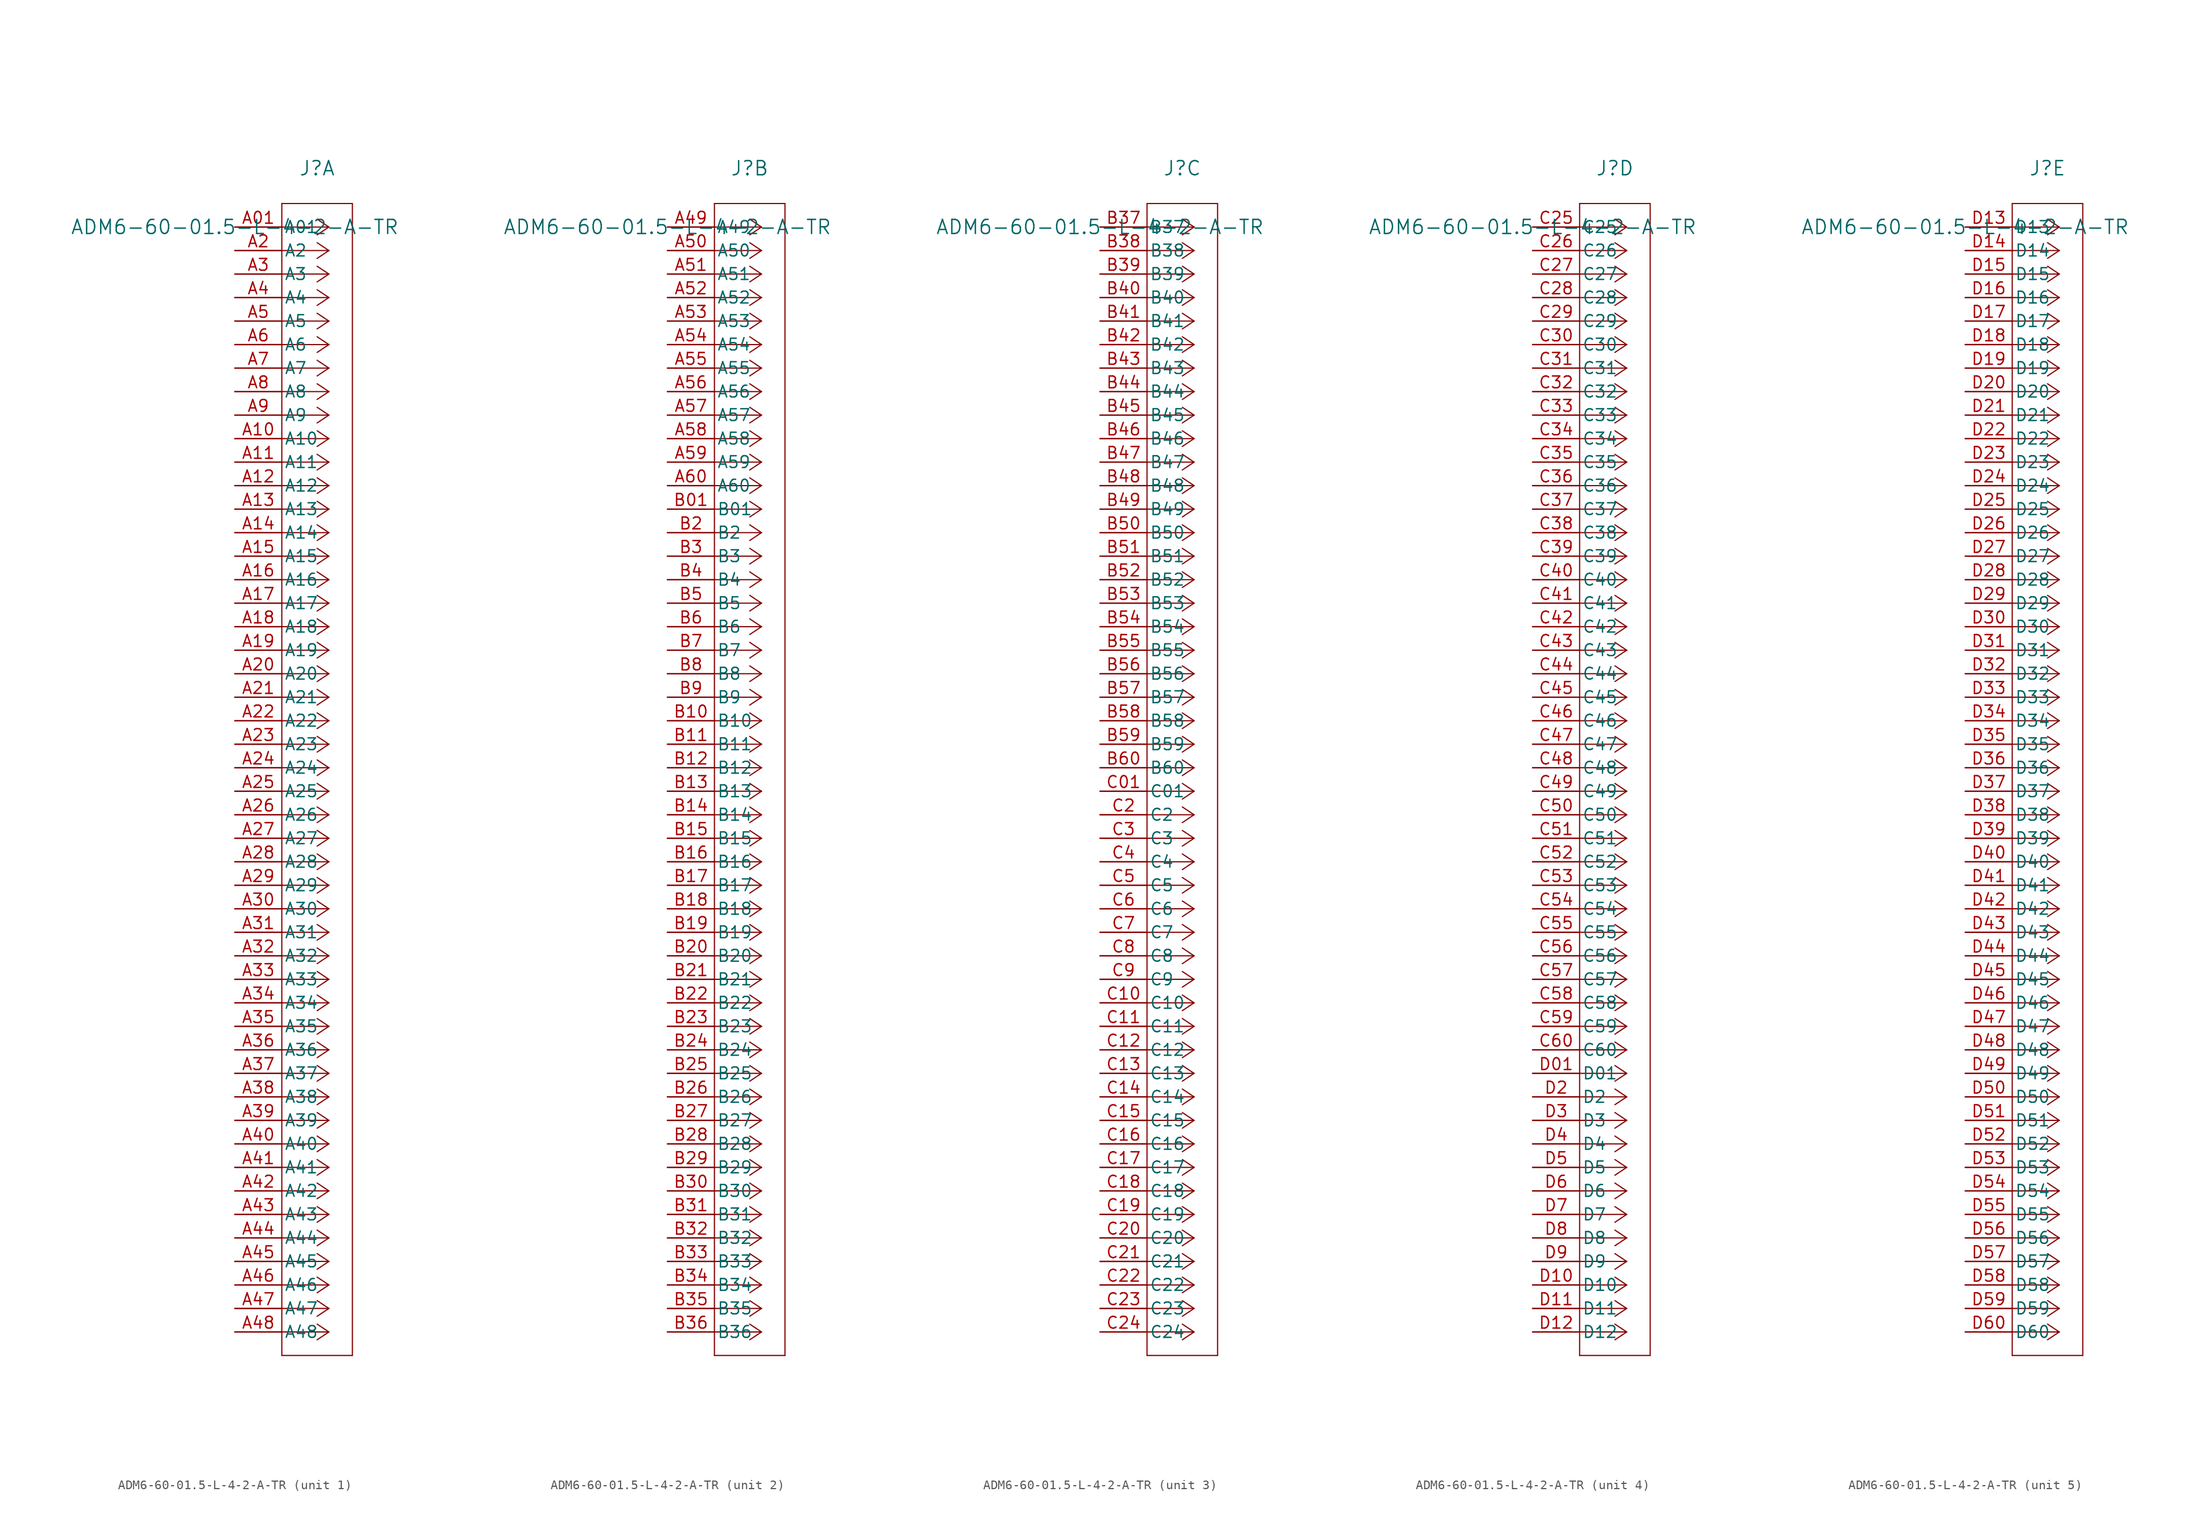
<source format=kicad_sym>
(kicad_symbol_lib
  (version 20211014)
  (generator kicad_symbol_editor)
  (symbol "ADM6-60-01.5-L-4-2-A-TR"
    (pin_names
      (offset 0.254))
    (property "Reference" "J"
      (at 8.89 6.35 0)
      (effects (font (size 1.524 1.524))))
    (property "Value" "ADM6-60-01.5-L-4-2-A-TR"
      (at 0 0 0)
      (effects (font (size 1.524 1.524))))
    (symbol "ADM6-60-01.5-L-4-2-A-TR_1_1"
      (polyline (pts (xy 10.16 0) (xy 5.08 0)) (stroke (width 0.127) (type default) (color 0 0 0 0)) (fill (type none)))
      (polyline (pts (xy 10.16 -2.54) (xy 5.08 -2.54)) (stroke (width 0.127) (type default) (color 0 0 0 0)) (fill (type none)))
      (polyline (pts (xy 10.16 -5.08) (xy 5.08 -5.08)) (stroke (width 0.127) (type default) (color 0 0 0 0)) (fill (type none)))
      (polyline (pts (xy 10.16 -7.62) (xy 5.08 -7.62)) (stroke (width 0.127) (type default) (color 0 0 0 0)) (fill (type none)))
      (polyline (pts (xy 10.16 -10.16) (xy 5.08 -10.16)) (stroke (width 0.127) (type default) (color 0 0 0 0)) (fill (type none)))
      (polyline (pts (xy 10.16 -12.7) (xy 5.08 -12.7)) (stroke (width 0.127) (type default) (color 0 0 0 0)) (fill (type none)))
      (polyline (pts (xy 10.16 -15.24) (xy 5.08 -15.24)) (stroke (width 0.127) (type default) (color 0 0 0 0)) (fill (type none)))
      (polyline (pts (xy 10.16 -17.78) (xy 5.08 -17.78)) (stroke (width 0.127) (type default) (color 0 0 0 0)) (fill (type none)))
      (polyline (pts (xy 10.16 -20.32) (xy 5.08 -20.32)) (stroke (width 0.127) (type default) (color 0 0 0 0)) (fill (type none)))
      (polyline (pts (xy 10.16 -22.86) (xy 5.08 -22.86)) (stroke (width 0.127) (type default) (color 0 0 0 0)) (fill (type none)))
      (polyline (pts (xy 10.16 -25.4) (xy 5.08 -25.4)) (stroke (width 0.127) (type default) (color 0 0 0 0)) (fill (type none)))
      (polyline (pts (xy 10.16 -27.94) (xy 5.08 -27.94)) (stroke (width 0.127) (type default) (color 0 0 0 0)) (fill (type none)))
      (polyline (pts (xy 10.16 -30.48) (xy 5.08 -30.48)) (stroke (width 0.127) (type default) (color 0 0 0 0)) (fill (type none)))
      (polyline (pts (xy 10.16 -33.02) (xy 5.08 -33.02)) (stroke (width 0.127) (type default) (color 0 0 0 0)) (fill (type none)))
      (polyline (pts (xy 10.16 -35.56) (xy 5.08 -35.56)) (stroke (width 0.127) (type default) (color 0 0 0 0)) (fill (type none)))
      (polyline (pts (xy 10.16 -38.1) (xy 5.08 -38.1)) (stroke (width 0.127) (type default) (color 0 0 0 0)) (fill (type none)))
      (polyline (pts (xy 10.16 -40.64) (xy 5.08 -40.64)) (stroke (width 0.127) (type default) (color 0 0 0 0)) (fill (type none)))
      (polyline (pts (xy 10.16 -43.18) (xy 5.08 -43.18)) (stroke (width 0.127) (type default) (color 0 0 0 0)) (fill (type none)))
      (polyline (pts (xy 10.16 -45.72) (xy 5.08 -45.72)) (stroke (width 0.127) (type default) (color 0 0 0 0)) (fill (type none)))
      (polyline (pts (xy 10.16 -48.26) (xy 5.08 -48.26)) (stroke (width 0.127) (type default) (color 0 0 0 0)) (fill (type none)))
      (polyline (pts (xy 10.16 -50.8) (xy 5.08 -50.8)) (stroke (width 0.127) (type default) (color 0 0 0 0)) (fill (type none)))
      (polyline (pts (xy 10.16 -53.34) (xy 5.08 -53.34)) (stroke (width 0.127) (type default) (color 0 0 0 0)) (fill (type none)))
      (polyline (pts (xy 10.16 -55.88) (xy 5.08 -55.88)) (stroke (width 0.127) (type default) (color 0 0 0 0)) (fill (type none)))
      (polyline (pts (xy 10.16 -58.42) (xy 5.08 -58.42)) (stroke (width 0.127) (type default) (color 0 0 0 0)) (fill (type none)))
      (polyline (pts (xy 10.16 -60.96) (xy 5.08 -60.96)) (stroke (width 0.127) (type default) (color 0 0 0 0)) (fill (type none)))
      (polyline (pts (xy 10.16 -63.5) (xy 5.08 -63.5)) (stroke (width 0.127) (type default) (color 0 0 0 0)) (fill (type none)))
      (polyline (pts (xy 10.16 -66.04) (xy 5.08 -66.04)) (stroke (width 0.127) (type default) (color 0 0 0 0)) (fill (type none)))
      (polyline (pts (xy 10.16 -68.58) (xy 5.08 -68.58)) (stroke (width 0.127) (type default) (color 0 0 0 0)) (fill (type none)))
      (polyline (pts (xy 10.16 -71.12) (xy 5.08 -71.12)) (stroke (width 0.127) (type default) (color 0 0 0 0)) (fill (type none)))
      (polyline (pts (xy 10.16 -73.66) (xy 5.08 -73.66)) (stroke (width 0.127) (type default) (color 0 0 0 0)) (fill (type none)))
      (polyline (pts (xy 10.16 -76.2) (xy 5.08 -76.2)) (stroke (width 0.127) (type default) (color 0 0 0 0)) (fill (type none)))
      (polyline (pts (xy 10.16 -78.74) (xy 5.08 -78.74)) (stroke (width 0.127) (type default) (color 0 0 0 0)) (fill (type none)))
      (polyline (pts (xy 10.16 -81.28) (xy 5.08 -81.28)) (stroke (width 0.127) (type default) (color 0 0 0 0)) (fill (type none)))
      (polyline (pts (xy 10.16 -83.82) (xy 5.08 -83.82)) (stroke (width 0.127) (type default) (color 0 0 0 0)) (fill (type none)))
      (polyline (pts (xy 10.16 -86.36) (xy 5.08 -86.36)) (stroke (width 0.127) (type default) (color 0 0 0 0)) (fill (type none)))
      (polyline (pts (xy 10.16 -88.9) (xy 5.08 -88.9)) (stroke (width 0.127) (type default) (color 0 0 0 0)) (fill (type none)))
      (polyline (pts (xy 10.16 -91.44) (xy 5.08 -91.44)) (stroke (width 0.127) (type default) (color 0 0 0 0)) (fill (type none)))
      (polyline (pts (xy 10.16 -93.98) (xy 5.08 -93.98)) (stroke (width 0.127) (type default) (color 0 0 0 0)) (fill (type none)))
      (polyline (pts (xy 10.16 -96.52) (xy 5.08 -96.52)) (stroke (width 0.127) (type default) (color 0 0 0 0)) (fill (type none)))
      (polyline (pts (xy 10.16 -99.06) (xy 5.08 -99.06)) (stroke (width 0.127) (type default) (color 0 0 0 0)) (fill (type none)))
      (polyline (pts (xy 10.16 -101.6) (xy 5.08 -101.6)) (stroke (width 0.127) (type default) (color 0 0 0 0)) (fill (type none)))
      (polyline (pts (xy 10.16 -104.14) (xy 5.08 -104.14)) (stroke (width 0.127) (type default) (color 0 0 0 0)) (fill (type none)))
      (polyline (pts (xy 10.16 -106.68) (xy 5.08 -106.68)) (stroke (width 0.127) (type default) (color 0 0 0 0)) (fill (type none)))
      (polyline (pts (xy 10.16 -109.22) (xy 5.08 -109.22)) (stroke (width 0.127) (type default) (color 0 0 0 0)) (fill (type none)))
      (polyline (pts (xy 10.16 -111.76) (xy 5.08 -111.76)) (stroke (width 0.127) (type default) (color 0 0 0 0)) (fill (type none)))
      (polyline (pts (xy 10.16 -114.3) (xy 5.08 -114.3)) (stroke (width 0.127) (type default) (color 0 0 0 0)) (fill (type none)))
      (polyline (pts (xy 10.16 -116.84) (xy 5.08 -116.84)) (stroke (width 0.127) (type default) (color 0 0 0 0)) (fill (type none)))
      (polyline (pts (xy 10.16 -119.38) (xy 5.08 -119.38)) (stroke (width 0.127) (type default) (color 0 0 0 0)) (fill (type none)))
      (polyline (pts (xy 10.16 0) (xy 8.89 0.847)) (stroke (width 0.127) (type default) (color 0 0 0 0)) (fill (type none)))
      (polyline (pts (xy 10.16 -2.54) (xy 8.89 -1.693)) (stroke (width 0.127) (type default) (color 0 0 0 0)) (fill (type none)))
      (polyline (pts (xy 10.16 -5.08) (xy 8.89 -4.233)) (stroke (width 0.127) (type default) (color 0 0 0 0)) (fill (type none)))
      (polyline (pts (xy 10.16 -7.62) (xy 8.89 -6.773)) (stroke (width 0.127) (type default) (color 0 0 0 0)) (fill (type none)))
      (polyline (pts (xy 10.16 -10.16) (xy 8.89 -9.313)) (stroke (width 0.127) (type default) (color 0 0 0 0)) (fill (type none)))
      (polyline (pts (xy 10.16 -12.7) (xy 8.89 -11.853)) (stroke (width 0.127) (type default) (color 0 0 0 0)) (fill (type none)))
      (polyline (pts (xy 10.16 -15.24) (xy 8.89 -14.393)) (stroke (width 0.127) (type default) (color 0 0 0 0)) (fill (type none)))
      (polyline (pts (xy 10.16 -17.78) (xy 8.89 -16.933)) (stroke (width 0.127) (type default) (color 0 0 0 0)) (fill (type none)))
      (polyline (pts (xy 10.16 -20.32) (xy 8.89 -19.473)) (stroke (width 0.127) (type default) (color 0 0 0 0)) (fill (type none)))
      (polyline (pts (xy 10.16 -22.86) (xy 8.89 -22.013)) (stroke (width 0.127) (type default) (color 0 0 0 0)) (fill (type none)))
      (polyline (pts (xy 10.16 -25.4) (xy 8.89 -24.553)) (stroke (width 0.127) (type default) (color 0 0 0 0)) (fill (type none)))
      (polyline (pts (xy 10.16 -27.94) (xy 8.89 -27.093)) (stroke (width 0.127) (type default) (color 0 0 0 0)) (fill (type none)))
      (polyline (pts (xy 10.16 -30.48) (xy 8.89 -29.633)) (stroke (width 0.127) (type default) (color 0 0 0 0)) (fill (type none)))
      (polyline (pts (xy 10.16 -33.02) (xy 8.89 -32.173)) (stroke (width 0.127) (type default) (color 0 0 0 0)) (fill (type none)))
      (polyline (pts (xy 10.16 -35.56) (xy 8.89 -34.713)) (stroke (width 0.127) (type default) (color 0 0 0 0)) (fill (type none)))
      (polyline (pts (xy 10.16 -38.1) (xy 8.89 -37.253)) (stroke (width 0.127) (type default) (color 0 0 0 0)) (fill (type none)))
      (polyline (pts (xy 10.16 -40.64) (xy 8.89 -39.793)) (stroke (width 0.127) (type default) (color 0 0 0 0)) (fill (type none)))
      (polyline (pts (xy 10.16 -43.18) (xy 8.89 -42.333)) (stroke (width 0.127) (type default) (color 0 0 0 0)) (fill (type none)))
      (polyline (pts (xy 10.16 -45.72) (xy 8.89 -44.873)) (stroke (width 0.127) (type default) (color 0 0 0 0)) (fill (type none)))
      (polyline (pts (xy 10.16 -48.26) (xy 8.89 -47.413)) (stroke (width 0.127) (type default) (color 0 0 0 0)) (fill (type none)))
      (polyline (pts (xy 10.16 -50.8) (xy 8.89 -49.953)) (stroke (width 0.127) (type default) (color 0 0 0 0)) (fill (type none)))
      (polyline (pts (xy 10.16 -53.34) (xy 8.89 -52.493)) (stroke (width 0.127) (type default) (color 0 0 0 0)) (fill (type none)))
      (polyline (pts (xy 10.16 -55.88) (xy 8.89 -55.033)) (stroke (width 0.127) (type default) (color 0 0 0 0)) (fill (type none)))
      (polyline (pts (xy 10.16 -58.42) (xy 8.89 -57.573)) (stroke (width 0.127) (type default) (color 0 0 0 0)) (fill (type none)))
      (polyline (pts (xy 10.16 -60.96) (xy 8.89 -60.113)) (stroke (width 0.127) (type default) (color 0 0 0 0)) (fill (type none)))
      (polyline (pts (xy 10.16 -63.5) (xy 8.89 -62.653)) (stroke (width 0.127) (type default) (color 0 0 0 0)) (fill (type none)))
      (polyline (pts (xy 10.16 -66.04) (xy 8.89 -65.193)) (stroke (width 0.127) (type default) (color 0 0 0 0)) (fill (type none)))
      (polyline (pts (xy 10.16 -68.58) (xy 8.89 -67.733)) (stroke (width 0.127) (type default) (color 0 0 0 0)) (fill (type none)))
      (polyline (pts (xy 10.16 -71.12) (xy 8.89 -70.273)) (stroke (width 0.127) (type default) (color 0 0 0 0)) (fill (type none)))
      (polyline (pts (xy 10.16 -73.66) (xy 8.89 -72.813)) (stroke (width 0.127) (type default) (color 0 0 0 0)) (fill (type none)))
      (polyline (pts (xy 10.16 -76.2) (xy 8.89 -75.353)) (stroke (width 0.127) (type default) (color 0 0 0 0)) (fill (type none)))
      (polyline (pts (xy 10.16 -78.74) (xy 8.89 -77.893)) (stroke (width 0.127) (type default) (color 0 0 0 0)) (fill (type none)))
      (polyline (pts (xy 10.16 -81.28) (xy 8.89 -80.433)) (stroke (width 0.127) (type default) (color 0 0 0 0)) (fill (type none)))
      (polyline (pts (xy 10.16 -83.82) (xy 8.89 -82.973)) (stroke (width 0.127) (type default) (color 0 0 0 0)) (fill (type none)))
      (polyline (pts (xy 10.16 -86.36) (xy 8.89 -85.513)) (stroke (width 0.127) (type default) (color 0 0 0 0)) (fill (type none)))
      (polyline (pts (xy 10.16 -88.9) (xy 8.89 -88.053)) (stroke (width 0.127) (type default) (color 0 0 0 0)) (fill (type none)))
      (polyline (pts (xy 10.16 -91.44) (xy 8.89 -90.593)) (stroke (width 0.127) (type default) (color 0 0 0 0)) (fill (type none)))
      (polyline (pts (xy 10.16 -93.98) (xy 8.89 -93.133)) (stroke (width 0.127) (type default) (color 0 0 0 0)) (fill (type none)))
      (polyline (pts (xy 10.16 -96.52) (xy 8.89 -95.673)) (stroke (width 0.127) (type default) (color 0 0 0 0)) (fill (type none)))
      (polyline (pts (xy 10.16 -99.06) (xy 8.89 -98.213)) (stroke (width 0.127) (type default) (color 0 0 0 0)) (fill (type none)))
      (polyline (pts (xy 10.16 -101.6) (xy 8.89 -100.753)) (stroke (width 0.127) (type default) (color 0 0 0 0)) (fill (type none)))
      (polyline (pts (xy 10.16 -104.14) (xy 8.89 -103.293)) (stroke (width 0.127) (type default) (color 0 0 0 0)) (fill (type none)))
      (polyline (pts (xy 10.16 -106.68) (xy 8.89 -105.833)) (stroke (width 0.127) (type default) (color 0 0 0 0)) (fill (type none)))
      (polyline (pts (xy 10.16 -109.22) (xy 8.89 -108.373)) (stroke (width 0.127) (type default) (color 0 0 0 0)) (fill (type none)))
      (polyline (pts (xy 10.16 -111.76) (xy 8.89 -110.913)) (stroke (width 0.127) (type default) (color 0 0 0 0)) (fill (type none)))
      (polyline (pts (xy 10.16 -114.3) (xy 8.89 -113.453)) (stroke (width 0.127) (type default) (color 0 0 0 0)) (fill (type none)))
      (polyline (pts (xy 10.16 -116.84) (xy 8.89 -115.993)) (stroke (width 0.127) (type default) (color 0 0 0 0)) (fill (type none)))
      (polyline (pts (xy 10.16 -119.38) (xy 8.89 -118.533)) (stroke (width 0.127) (type default) (color 0 0 0 0)) (fill (type none)))
      (polyline (pts (xy 10.16 0) (xy 8.89 -0.847)) (stroke (width 0.127) (type default) (color 0 0 0 0)) (fill (type none)))
      (polyline (pts (xy 10.16 -2.54) (xy 8.89 -3.387)) (stroke (width 0.127) (type default) (color 0 0 0 0)) (fill (type none)))
      (polyline (pts (xy 10.16 -5.08) (xy 8.89 -5.927)) (stroke (width 0.127) (type default) (color 0 0 0 0)) (fill (type none)))
      (polyline (pts (xy 10.16 -7.62) (xy 8.89 -8.467)) (stroke (width 0.127) (type default) (color 0 0 0 0)) (fill (type none)))
      (polyline (pts (xy 10.16 -10.16) (xy 8.89 -11.007)) (stroke (width 0.127) (type default) (color 0 0 0 0)) (fill (type none)))
      (polyline (pts (xy 10.16 -12.7) (xy 8.89 -13.547)) (stroke (width 0.127) (type default) (color 0 0 0 0)) (fill (type none)))
      (polyline (pts (xy 10.16 -15.24) (xy 8.89 -16.087)) (stroke (width 0.127) (type default) (color 0 0 0 0)) (fill (type none)))
      (polyline (pts (xy 10.16 -17.78) (xy 8.89 -18.627)) (stroke (width 0.127) (type default) (color 0 0 0 0)) (fill (type none)))
      (polyline (pts (xy 10.16 -20.32) (xy 8.89 -21.167)) (stroke (width 0.127) (type default) (color 0 0 0 0)) (fill (type none)))
      (polyline (pts (xy 10.16 -22.86) (xy 8.89 -23.707)) (stroke (width 0.127) (type default) (color 0 0 0 0)) (fill (type none)))
      (polyline (pts (xy 10.16 -25.4) (xy 8.89 -26.247)) (stroke (width 0.127) (type default) (color 0 0 0 0)) (fill (type none)))
      (polyline (pts (xy 10.16 -27.94) (xy 8.89 -28.787)) (stroke (width 0.127) (type default) (color 0 0 0 0)) (fill (type none)))
      (polyline (pts (xy 10.16 -30.48) (xy 8.89 -31.327)) (stroke (width 0.127) (type default) (color 0 0 0 0)) (fill (type none)))
      (polyline (pts (xy 10.16 -33.02) (xy 8.89 -33.867)) (stroke (width 0.127) (type default) (color 0 0 0 0)) (fill (type none)))
      (polyline (pts (xy 10.16 -35.56) (xy 8.89 -36.407)) (stroke (width 0.127) (type default) (color 0 0 0 0)) (fill (type none)))
      (polyline (pts (xy 10.16 -38.1) (xy 8.89 -38.947)) (stroke (width 0.127) (type default) (color 0 0 0 0)) (fill (type none)))
      (polyline (pts (xy 10.16 -40.64) (xy 8.89 -41.487)) (stroke (width 0.127) (type default) (color 0 0 0 0)) (fill (type none)))
      (polyline (pts (xy 10.16 -43.18) (xy 8.89 -44.027)) (stroke (width 0.127) (type default) (color 0 0 0 0)) (fill (type none)))
      (polyline (pts (xy 10.16 -45.72) (xy 8.89 -46.567)) (stroke (width 0.127) (type default) (color 0 0 0 0)) (fill (type none)))
      (polyline (pts (xy 10.16 -48.26) (xy 8.89 -49.107)) (stroke (width 0.127) (type default) (color 0 0 0 0)) (fill (type none)))
      (polyline (pts (xy 10.16 -50.8) (xy 8.89 -51.647)) (stroke (width 0.127) (type default) (color 0 0 0 0)) (fill (type none)))
      (polyline (pts (xy 10.16 -53.34) (xy 8.89 -54.187)) (stroke (width 0.127) (type default) (color 0 0 0 0)) (fill (type none)))
      (polyline (pts (xy 10.16 -55.88) (xy 8.89 -56.727)) (stroke (width 0.127) (type default) (color 0 0 0 0)) (fill (type none)))
      (polyline (pts (xy 10.16 -58.42) (xy 8.89 -59.267)) (stroke (width 0.127) (type default) (color 0 0 0 0)) (fill (type none)))
      (polyline (pts (xy 10.16 -60.96) (xy 8.89 -61.807)) (stroke (width 0.127) (type default) (color 0 0 0 0)) (fill (type none)))
      (polyline (pts (xy 10.16 -63.5) (xy 8.89 -64.347)) (stroke (width 0.127) (type default) (color 0 0 0 0)) (fill (type none)))
      (polyline (pts (xy 10.16 -66.04) (xy 8.89 -66.887)) (stroke (width 0.127) (type default) (color 0 0 0 0)) (fill (type none)))
      (polyline (pts (xy 10.16 -68.58) (xy 8.89 -69.427)) (stroke (width 0.127) (type default) (color 0 0 0 0)) (fill (type none)))
      (polyline (pts (xy 10.16 -71.12) (xy 8.89 -71.967)) (stroke (width 0.127) (type default) (color 0 0 0 0)) (fill (type none)))
      (polyline (pts (xy 10.16 -73.66) (xy 8.89 -74.507)) (stroke (width 0.127) (type default) (color 0 0 0 0)) (fill (type none)))
      (polyline (pts (xy 10.16 -76.2) (xy 8.89 -77.047)) (stroke (width 0.127) (type default) (color 0 0 0 0)) (fill (type none)))
      (polyline (pts (xy 10.16 -78.74) (xy 8.89 -79.587)) (stroke (width 0.127) (type default) (color 0 0 0 0)) (fill (type none)))
      (polyline (pts (xy 10.16 -81.28) (xy 8.89 -82.127)) (stroke (width 0.127) (type default) (color 0 0 0 0)) (fill (type none)))
      (polyline (pts (xy 10.16 -83.82) (xy 8.89 -84.667)) (stroke (width 0.127) (type default) (color 0 0 0 0)) (fill (type none)))
      (polyline (pts (xy 10.16 -86.36) (xy 8.89 -87.207)) (stroke (width 0.127) (type default) (color 0 0 0 0)) (fill (type none)))
      (polyline (pts (xy 10.16 -88.9) (xy 8.89 -89.747)) (stroke (width 0.127) (type default) (color 0 0 0 0)) (fill (type none)))
      (polyline (pts (xy 10.16 -91.44) (xy 8.89 -92.287)) (stroke (width 0.127) (type default) (color 0 0 0 0)) (fill (type none)))
      (polyline (pts (xy 10.16 -93.98) (xy 8.89 -94.827)) (stroke (width 0.127) (type default) (color 0 0 0 0)) (fill (type none)))
      (polyline (pts (xy 10.16 -96.52) (xy 8.89 -97.367)) (stroke (width 0.127) (type default) (color 0 0 0 0)) (fill (type none)))
      (polyline (pts (xy 10.16 -99.06) (xy 8.89 -99.907)) (stroke (width 0.127) (type default) (color 0 0 0 0)) (fill (type none)))
      (polyline (pts (xy 10.16 -101.6) (xy 8.89 -102.447)) (stroke (width 0.127) (type default) (color 0 0 0 0)) (fill (type none)))
      (polyline (pts (xy 10.16 -104.14) (xy 8.89 -104.987)) (stroke (width 0.127) (type default) (color 0 0 0 0)) (fill (type none)))
      (polyline (pts (xy 10.16 -106.68) (xy 8.89 -107.527)) (stroke (width 0.127) (type default) (color 0 0 0 0)) (fill (type none)))
      (polyline (pts (xy 10.16 -109.22) (xy 8.89 -110.067)) (stroke (width 0.127) (type default) (color 0 0 0 0)) (fill (type none)))
      (polyline (pts (xy 10.16 -111.76) (xy 8.89 -112.607)) (stroke (width 0.127) (type default) (color 0 0 0 0)) (fill (type none)))
      (polyline (pts (xy 10.16 -114.3) (xy 8.89 -115.147)) (stroke (width 0.127) (type default) (color 0 0 0 0)) (fill (type none)))
      (polyline (pts (xy 10.16 -116.84) (xy 8.89 -117.687)) (stroke (width 0.127) (type default) (color 0 0 0 0)) (fill (type none)))
      (polyline (pts (xy 10.16 -119.38) (xy 8.89 -120.227)) (stroke (width 0.127) (type default) (color 0 0 0 0)) (fill (type none)))
      (polyline (pts (xy 5.08 2.54) (xy 5.08 -121.92)) (stroke (width 0.127) (type default) (color 0 0 0 0)) (fill (type none)))
      (polyline (pts (xy 5.08 -121.92) (xy 12.7 -121.92)) (stroke (width 0.127) (type default) (color 0 0 0 0)) (fill (type none)))
      (polyline (pts (xy 12.7 -121.92) (xy 12.7 2.54)) (stroke (width 0.127) (type default) (color 0 0 0 0)) (fill (type none)))
      (polyline (pts (xy 12.7 2.54) (xy 5.08 2.54)) (stroke (width 0.127) (type default) (color 0 0 0 0)) (fill (type none)))
      (pin unspecified line (at 0 0 0) (length 5.08) (name "A01" (effects (font (size 1.27 1.27)))) (number "A01" (effects (font (size 1.27 1.27)))))
      (pin unspecified line (at 0 -2.54 0) (length 5.08) (name "A2" (effects (font (size 1.27 1.27)))) (number "A2" (effects (font (size 1.27 1.27)))))
      (pin unspecified line (at 0 -5.08 0) (length 5.08) (name "A3" (effects (font (size 1.27 1.27)))) (number "A3" (effects (font (size 1.27 1.27)))))
      (pin unspecified line (at 0 -7.62 0) (length 5.08) (name "A4" (effects (font (size 1.27 1.27)))) (number "A4" (effects (font (size 1.27 1.27)))))
      (pin unspecified line (at 0 -10.16 0) (length 5.08) (name "A5" (effects (font (size 1.27 1.27)))) (number "A5" (effects (font (size 1.27 1.27)))))
      (pin unspecified line (at 0 -12.7 0) (length 5.08) (name "A6" (effects (font (size 1.27 1.27)))) (number "A6" (effects (font (size 1.27 1.27)))))
      (pin unspecified line (at 0 -15.24 0) (length 5.08) (name "A7" (effects (font (size 1.27 1.27)))) (number "A7" (effects (font (size 1.27 1.27)))))
      (pin unspecified line (at 0 -17.78 0) (length 5.08) (name "A8" (effects (font (size 1.27 1.27)))) (number "A8" (effects (font (size 1.27 1.27)))))
      (pin unspecified line (at 0 -20.32 0) (length 5.08) (name "A9" (effects (font (size 1.27 1.27)))) (number "A9" (effects (font (size 1.27 1.27)))))
      (pin unspecified line (at 0 -22.86 0) (length 5.08) (name "A10" (effects (font (size 1.27 1.27)))) (number "A10" (effects (font (size 1.27 1.27)))))
      (pin unspecified line (at 0 -25.4 0) (length 5.08) (name "A11" (effects (font (size 1.27 1.27)))) (number "A11" (effects (font (size 1.27 1.27)))))
      (pin unspecified line (at 0 -27.94 0) (length 5.08) (name "A12" (effects (font (size 1.27 1.27)))) (number "A12" (effects (font (size 1.27 1.27)))))
      (pin unspecified line (at 0 -30.48 0) (length 5.08) (name "A13" (effects (font (size 1.27 1.27)))) (number "A13" (effects (font (size 1.27 1.27)))))
      (pin unspecified line (at 0 -33.02 0) (length 5.08) (name "A14" (effects (font (size 1.27 1.27)))) (number "A14" (effects (font (size 1.27 1.27)))))
      (pin unspecified line (at 0 -35.56 0) (length 5.08) (name "A15" (effects (font (size 1.27 1.27)))) (number "A15" (effects (font (size 1.27 1.27)))))
      (pin unspecified line (at 0 -38.1 0) (length 5.08) (name "A16" (effects (font (size 1.27 1.27)))) (number "A16" (effects (font (size 1.27 1.27)))))
      (pin unspecified line (at 0 -40.64 0) (length 5.08) (name "A17" (effects (font (size 1.27 1.27)))) (number "A17" (effects (font (size 1.27 1.27)))))
      (pin unspecified line (at 0 -43.18 0) (length 5.08) (name "A18" (effects (font (size 1.27 1.27)))) (number "A18" (effects (font (size 1.27 1.27)))))
      (pin unspecified line (at 0 -45.72 0) (length 5.08) (name "A19" (effects (font (size 1.27 1.27)))) (number "A19" (effects (font (size 1.27 1.27)))))
      (pin unspecified line (at 0 -48.26 0) (length 5.08) (name "A20" (effects (font (size 1.27 1.27)))) (number "A20" (effects (font (size 1.27 1.27)))))
      (pin unspecified line (at 0 -50.8 0) (length 5.08) (name "A21" (effects (font (size 1.27 1.27)))) (number "A21" (effects (font (size 1.27 1.27)))))
      (pin unspecified line (at 0 -53.34 0) (length 5.08) (name "A22" (effects (font (size 1.27 1.27)))) (number "A22" (effects (font (size 1.27 1.27)))))
      (pin unspecified line (at 0 -55.88 0) (length 5.08) (name "A23" (effects (font (size 1.27 1.27)))) (number "A23" (effects (font (size 1.27 1.27)))))
      (pin unspecified line (at 0 -58.42 0) (length 5.08) (name "A24" (effects (font (size 1.27 1.27)))) (number "A24" (effects (font (size 1.27 1.27)))))
      (pin unspecified line (at 0 -60.96 0) (length 5.08) (name "A25" (effects (font (size 1.27 1.27)))) (number "A25" (effects (font (size 1.27 1.27)))))
      (pin unspecified line (at 0 -63.5 0) (length 5.08) (name "A26" (effects (font (size 1.27 1.27)))) (number "A26" (effects (font (size 1.27 1.27)))))
      (pin unspecified line (at 0 -66.04 0) (length 5.08) (name "A27" (effects (font (size 1.27 1.27)))) (number "A27" (effects (font (size 1.27 1.27)))))
      (pin unspecified line (at 0 -68.58 0) (length 5.08) (name "A28" (effects (font (size 1.27 1.27)))) (number "A28" (effects (font (size 1.27 1.27)))))
      (pin unspecified line (at 0 -71.12 0) (length 5.08) (name "A29" (effects (font (size 1.27 1.27)))) (number "A29" (effects (font (size 1.27 1.27)))))
      (pin unspecified line (at 0 -73.66 0) (length 5.08) (name "A30" (effects (font (size 1.27 1.27)))) (number "A30" (effects (font (size 1.27 1.27)))))
      (pin unspecified line (at 0 -76.2 0) (length 5.08) (name "A31" (effects (font (size 1.27 1.27)))) (number "A31" (effects (font (size 1.27 1.27)))))
      (pin unspecified line (at 0 -78.74 0) (length 5.08) (name "A32" (effects (font (size 1.27 1.27)))) (number "A32" (effects (font (size 1.27 1.27)))))
      (pin unspecified line (at 0 -81.28 0) (length 5.08) (name "A33" (effects (font (size 1.27 1.27)))) (number "A33" (effects (font (size 1.27 1.27)))))
      (pin unspecified line (at 0 -83.82 0) (length 5.08) (name "A34" (effects (font (size 1.27 1.27)))) (number "A34" (effects (font (size 1.27 1.27)))))
      (pin unspecified line (at 0 -86.36 0) (length 5.08) (name "A35" (effects (font (size 1.27 1.27)))) (number "A35" (effects (font (size 1.27 1.27)))))
      (pin unspecified line (at 0 -88.9 0) (length 5.08) (name "A36" (effects (font (size 1.27 1.27)))) (number "A36" (effects (font (size 1.27 1.27)))))
      (pin unspecified line (at 0 -91.44 0) (length 5.08) (name "A37" (effects (font (size 1.27 1.27)))) (number "A37" (effects (font (size 1.27 1.27)))))
      (pin unspecified line (at 0 -93.98 0) (length 5.08) (name "A38" (effects (font (size 1.27 1.27)))) (number "A38" (effects (font (size 1.27 1.27)))))
      (pin unspecified line (at 0 -96.52 0) (length 5.08) (name "A39" (effects (font (size 1.27 1.27)))) (number "A39" (effects (font (size 1.27 1.27)))))
      (pin unspecified line (at 0 -99.06 0) (length 5.08) (name "A40" (effects (font (size 1.27 1.27)))) (number "A40" (effects (font (size 1.27 1.27)))))
      (pin unspecified line (at 0 -101.6 0) (length 5.08) (name "A41" (effects (font (size 1.27 1.27)))) (number "A41" (effects (font (size 1.27 1.27)))))
      (pin unspecified line (at 0 -104.14 0) (length 5.08) (name "A42" (effects (font (size 1.27 1.27)))) (number "A42" (effects (font (size 1.27 1.27)))))
      (pin unspecified line (at 0 -106.68 0) (length 5.08) (name "A43" (effects (font (size 1.27 1.27)))) (number "A43" (effects (font (size 1.27 1.27)))))
      (pin unspecified line (at 0 -109.22 0) (length 5.08) (name "A44" (effects (font (size 1.27 1.27)))) (number "A44" (effects (font (size 1.27 1.27)))))
      (pin unspecified line (at 0 -111.76 0) (length 5.08) (name "A45" (effects (font (size 1.27 1.27)))) (number "A45" (effects (font (size 1.27 1.27)))))
      (pin unspecified line (at 0 -114.3 0) (length 5.08) (name "A46" (effects (font (size 1.27 1.27)))) (number "A46" (effects (font (size 1.27 1.27)))))
      (pin unspecified line (at 0 -116.84 0) (length 5.08) (name "A47" (effects (font (size 1.27 1.27)))) (number "A47" (effects (font (size 1.27 1.27)))))
      (pin unspecified line (at 0 -119.38 0) (length 5.08) (name "A48" (effects (font (size 1.27 1.27)))) (number "A48" (effects (font (size 1.27 1.27))))))
    (symbol "ADM6-60-01.5-L-4-2-A-TR_2_1"
      (polyline (pts (xy 10.16 0) (xy 5.08 0)) (stroke (width 0.127) (type default) (color 0 0 0 0)) (fill (type none)))
      (polyline (pts (xy 10.16 -2.54) (xy 5.08 -2.54)) (stroke (width 0.127) (type default) (color 0 0 0 0)) (fill (type none)))
      (polyline (pts (xy 10.16 -5.08) (xy 5.08 -5.08)) (stroke (width 0.127) (type default) (color 0 0 0 0)) (fill (type none)))
      (polyline (pts (xy 10.16 -7.62) (xy 5.08 -7.62)) (stroke (width 0.127) (type default) (color 0 0 0 0)) (fill (type none)))
      (polyline (pts (xy 10.16 -10.16) (xy 5.08 -10.16)) (stroke (width 0.127) (type default) (color 0 0 0 0)) (fill (type none)))
      (polyline (pts (xy 10.16 -12.7) (xy 5.08 -12.7)) (stroke (width 0.127) (type default) (color 0 0 0 0)) (fill (type none)))
      (polyline (pts (xy 10.16 -15.24) (xy 5.08 -15.24)) (stroke (width 0.127) (type default) (color 0 0 0 0)) (fill (type none)))
      (polyline (pts (xy 10.16 -17.78) (xy 5.08 -17.78)) (stroke (width 0.127) (type default) (color 0 0 0 0)) (fill (type none)))
      (polyline (pts (xy 10.16 -20.32) (xy 5.08 -20.32)) (stroke (width 0.127) (type default) (color 0 0 0 0)) (fill (type none)))
      (polyline (pts (xy 10.16 -22.86) (xy 5.08 -22.86)) (stroke (width 0.127) (type default) (color 0 0 0 0)) (fill (type none)))
      (polyline (pts (xy 10.16 -25.4) (xy 5.08 -25.4)) (stroke (width 0.127) (type default) (color 0 0 0 0)) (fill (type none)))
      (polyline (pts (xy 10.16 -27.94) (xy 5.08 -27.94)) (stroke (width 0.127) (type default) (color 0 0 0 0)) (fill (type none)))
      (polyline (pts (xy 10.16 -30.48) (xy 5.08 -30.48)) (stroke (width 0.127) (type default) (color 0 0 0 0)) (fill (type none)))
      (polyline (pts (xy 10.16 -33.02) (xy 5.08 -33.02)) (stroke (width 0.127) (type default) (color 0 0 0 0)) (fill (type none)))
      (polyline (pts (xy 10.16 -35.56) (xy 5.08 -35.56)) (stroke (width 0.127) (type default) (color 0 0 0 0)) (fill (type none)))
      (polyline (pts (xy 10.16 -38.1) (xy 5.08 -38.1)) (stroke (width 0.127) (type default) (color 0 0 0 0)) (fill (type none)))
      (polyline (pts (xy 10.16 -40.64) (xy 5.08 -40.64)) (stroke (width 0.127) (type default) (color 0 0 0 0)) (fill (type none)))
      (polyline (pts (xy 10.16 -43.18) (xy 5.08 -43.18)) (stroke (width 0.127) (type default) (color 0 0 0 0)) (fill (type none)))
      (polyline (pts (xy 10.16 -45.72) (xy 5.08 -45.72)) (stroke (width 0.127) (type default) (color 0 0 0 0)) (fill (type none)))
      (polyline (pts (xy 10.16 -48.26) (xy 5.08 -48.26)) (stroke (width 0.127) (type default) (color 0 0 0 0)) (fill (type none)))
      (polyline (pts (xy 10.16 -50.8) (xy 5.08 -50.8)) (stroke (width 0.127) (type default) (color 0 0 0 0)) (fill (type none)))
      (polyline (pts (xy 10.16 -53.34) (xy 5.08 -53.34)) (stroke (width 0.127) (type default) (color 0 0 0 0)) (fill (type none)))
      (polyline (pts (xy 10.16 -55.88) (xy 5.08 -55.88)) (stroke (width 0.127) (type default) (color 0 0 0 0)) (fill (type none)))
      (polyline (pts (xy 10.16 -58.42) (xy 5.08 -58.42)) (stroke (width 0.127) (type default) (color 0 0 0 0)) (fill (type none)))
      (polyline (pts (xy 10.16 -60.96) (xy 5.08 -60.96)) (stroke (width 0.127) (type default) (color 0 0 0 0)) (fill (type none)))
      (polyline (pts (xy 10.16 -63.5) (xy 5.08 -63.5)) (stroke (width 0.127) (type default) (color 0 0 0 0)) (fill (type none)))
      (polyline (pts (xy 10.16 -66.04) (xy 5.08 -66.04)) (stroke (width 0.127) (type default) (color 0 0 0 0)) (fill (type none)))
      (polyline (pts (xy 10.16 -68.58) (xy 5.08 -68.58)) (stroke (width 0.127) (type default) (color 0 0 0 0)) (fill (type none)))
      (polyline (pts (xy 10.16 -71.12) (xy 5.08 -71.12)) (stroke (width 0.127) (type default) (color 0 0 0 0)) (fill (type none)))
      (polyline (pts (xy 10.16 -73.66) (xy 5.08 -73.66)) (stroke (width 0.127) (type default) (color 0 0 0 0)) (fill (type none)))
      (polyline (pts (xy 10.16 -76.2) (xy 5.08 -76.2)) (stroke (width 0.127) (type default) (color 0 0 0 0)) (fill (type none)))
      (polyline (pts (xy 10.16 -78.74) (xy 5.08 -78.74)) (stroke (width 0.127) (type default) (color 0 0 0 0)) (fill (type none)))
      (polyline (pts (xy 10.16 -81.28) (xy 5.08 -81.28)) (stroke (width 0.127) (type default) (color 0 0 0 0)) (fill (type none)))
      (polyline (pts (xy 10.16 -83.82) (xy 5.08 -83.82)) (stroke (width 0.127) (type default) (color 0 0 0 0)) (fill (type none)))
      (polyline (pts (xy 10.16 -86.36) (xy 5.08 -86.36)) (stroke (width 0.127) (type default) (color 0 0 0 0)) (fill (type none)))
      (polyline (pts (xy 10.16 -88.9) (xy 5.08 -88.9)) (stroke (width 0.127) (type default) (color 0 0 0 0)) (fill (type none)))
      (polyline (pts (xy 10.16 -91.44) (xy 5.08 -91.44)) (stroke (width 0.127) (type default) (color 0 0 0 0)) (fill (type none)))
      (polyline (pts (xy 10.16 -93.98) (xy 5.08 -93.98)) (stroke (width 0.127) (type default) (color 0 0 0 0)) (fill (type none)))
      (polyline (pts (xy 10.16 -96.52) (xy 5.08 -96.52)) (stroke (width 0.127) (type default) (color 0 0 0 0)) (fill (type none)))
      (polyline (pts (xy 10.16 -99.06) (xy 5.08 -99.06)) (stroke (width 0.127) (type default) (color 0 0 0 0)) (fill (type none)))
      (polyline (pts (xy 10.16 -101.6) (xy 5.08 -101.6)) (stroke (width 0.127) (type default) (color 0 0 0 0)) (fill (type none)))
      (polyline (pts (xy 10.16 -104.14) (xy 5.08 -104.14)) (stroke (width 0.127) (type default) (color 0 0 0 0)) (fill (type none)))
      (polyline (pts (xy 10.16 -106.68) (xy 5.08 -106.68)) (stroke (width 0.127) (type default) (color 0 0 0 0)) (fill (type none)))
      (polyline (pts (xy 10.16 -109.22) (xy 5.08 -109.22)) (stroke (width 0.127) (type default) (color 0 0 0 0)) (fill (type none)))
      (polyline (pts (xy 10.16 -111.76) (xy 5.08 -111.76)) (stroke (width 0.127) (type default) (color 0 0 0 0)) (fill (type none)))
      (polyline (pts (xy 10.16 -114.3) (xy 5.08 -114.3)) (stroke (width 0.127) (type default) (color 0 0 0 0)) (fill (type none)))
      (polyline (pts (xy 10.16 -116.84) (xy 5.08 -116.84)) (stroke (width 0.127) (type default) (color 0 0 0 0)) (fill (type none)))
      (polyline (pts (xy 10.16 -119.38) (xy 5.08 -119.38)) (stroke (width 0.127) (type default) (color 0 0 0 0)) (fill (type none)))
      (polyline (pts (xy 10.16 0) (xy 8.89 0.847)) (stroke (width 0.127) (type default) (color 0 0 0 0)) (fill (type none)))
      (polyline (pts (xy 10.16 -2.54) (xy 8.89 -1.693)) (stroke (width 0.127) (type default) (color 0 0 0 0)) (fill (type none)))
      (polyline (pts (xy 10.16 -5.08) (xy 8.89 -4.233)) (stroke (width 0.127) (type default) (color 0 0 0 0)) (fill (type none)))
      (polyline (pts (xy 10.16 -7.62) (xy 8.89 -6.773)) (stroke (width 0.127) (type default) (color 0 0 0 0)) (fill (type none)))
      (polyline (pts (xy 10.16 -10.16) (xy 8.89 -9.313)) (stroke (width 0.127) (type default) (color 0 0 0 0)) (fill (type none)))
      (polyline (pts (xy 10.16 -12.7) (xy 8.89 -11.853)) (stroke (width 0.127) (type default) (color 0 0 0 0)) (fill (type none)))
      (polyline (pts (xy 10.16 -15.24) (xy 8.89 -14.393)) (stroke (width 0.127) (type default) (color 0 0 0 0)) (fill (type none)))
      (polyline (pts (xy 10.16 -17.78) (xy 8.89 -16.933)) (stroke (width 0.127) (type default) (color 0 0 0 0)) (fill (type none)))
      (polyline (pts (xy 10.16 -20.32) (xy 8.89 -19.473)) (stroke (width 0.127) (type default) (color 0 0 0 0)) (fill (type none)))
      (polyline (pts (xy 10.16 -22.86) (xy 8.89 -22.013)) (stroke (width 0.127) (type default) (color 0 0 0 0)) (fill (type none)))
      (polyline (pts (xy 10.16 -25.4) (xy 8.89 -24.553)) (stroke (width 0.127) (type default) (color 0 0 0 0)) (fill (type none)))
      (polyline (pts (xy 10.16 -27.94) (xy 8.89 -27.093)) (stroke (width 0.127) (type default) (color 0 0 0 0)) (fill (type none)))
      (polyline (pts (xy 10.16 -30.48) (xy 8.89 -29.633)) (stroke (width 0.127) (type default) (color 0 0 0 0)) (fill (type none)))
      (polyline (pts (xy 10.16 -33.02) (xy 8.89 -32.173)) (stroke (width 0.127) (type default) (color 0 0 0 0)) (fill (type none)))
      (polyline (pts (xy 10.16 -35.56) (xy 8.89 -34.713)) (stroke (width 0.127) (type default) (color 0 0 0 0)) (fill (type none)))
      (polyline (pts (xy 10.16 -38.1) (xy 8.89 -37.253)) (stroke (width 0.127) (type default) (color 0 0 0 0)) (fill (type none)))
      (polyline (pts (xy 10.16 -40.64) (xy 8.89 -39.793)) (stroke (width 0.127) (type default) (color 0 0 0 0)) (fill (type none)))
      (polyline (pts (xy 10.16 -43.18) (xy 8.89 -42.333)) (stroke (width 0.127) (type default) (color 0 0 0 0)) (fill (type none)))
      (polyline (pts (xy 10.16 -45.72) (xy 8.89 -44.873)) (stroke (width 0.127) (type default) (color 0 0 0 0)) (fill (type none)))
      (polyline (pts (xy 10.16 -48.26) (xy 8.89 -47.413)) (stroke (width 0.127) (type default) (color 0 0 0 0)) (fill (type none)))
      (polyline (pts (xy 10.16 -50.8) (xy 8.89 -49.953)) (stroke (width 0.127) (type default) (color 0 0 0 0)) (fill (type none)))
      (polyline (pts (xy 10.16 -53.34) (xy 8.89 -52.493)) (stroke (width 0.127) (type default) (color 0 0 0 0)) (fill (type none)))
      (polyline (pts (xy 10.16 -55.88) (xy 8.89 -55.033)) (stroke (width 0.127) (type default) (color 0 0 0 0)) (fill (type none)))
      (polyline (pts (xy 10.16 -58.42) (xy 8.89 -57.573)) (stroke (width 0.127) (type default) (color 0 0 0 0)) (fill (type none)))
      (polyline (pts (xy 10.16 -60.96) (xy 8.89 -60.113)) (stroke (width 0.127) (type default) (color 0 0 0 0)) (fill (type none)))
      (polyline (pts (xy 10.16 -63.5) (xy 8.89 -62.653)) (stroke (width 0.127) (type default) (color 0 0 0 0)) (fill (type none)))
      (polyline (pts (xy 10.16 -66.04) (xy 8.89 -65.193)) (stroke (width 0.127) (type default) (color 0 0 0 0)) (fill (type none)))
      (polyline (pts (xy 10.16 -68.58) (xy 8.89 -67.733)) (stroke (width 0.127) (type default) (color 0 0 0 0)) (fill (type none)))
      (polyline (pts (xy 10.16 -71.12) (xy 8.89 -70.273)) (stroke (width 0.127) (type default) (color 0 0 0 0)) (fill (type none)))
      (polyline (pts (xy 10.16 -73.66) (xy 8.89 -72.813)) (stroke (width 0.127) (type default) (color 0 0 0 0)) (fill (type none)))
      (polyline (pts (xy 10.16 -76.2) (xy 8.89 -75.353)) (stroke (width 0.127) (type default) (color 0 0 0 0)) (fill (type none)))
      (polyline (pts (xy 10.16 -78.74) (xy 8.89 -77.893)) (stroke (width 0.127) (type default) (color 0 0 0 0)) (fill (type none)))
      (polyline (pts (xy 10.16 -81.28) (xy 8.89 -80.433)) (stroke (width 0.127) (type default) (color 0 0 0 0)) (fill (type none)))
      (polyline (pts (xy 10.16 -83.82) (xy 8.89 -82.973)) (stroke (width 0.127) (type default) (color 0 0 0 0)) (fill (type none)))
      (polyline (pts (xy 10.16 -86.36) (xy 8.89 -85.513)) (stroke (width 0.127) (type default) (color 0 0 0 0)) (fill (type none)))
      (polyline (pts (xy 10.16 -88.9) (xy 8.89 -88.053)) (stroke (width 0.127) (type default) (color 0 0 0 0)) (fill (type none)))
      (polyline (pts (xy 10.16 -91.44) (xy 8.89 -90.593)) (stroke (width 0.127) (type default) (color 0 0 0 0)) (fill (type none)))
      (polyline (pts (xy 10.16 -93.98) (xy 8.89 -93.133)) (stroke (width 0.127) (type default) (color 0 0 0 0)) (fill (type none)))
      (polyline (pts (xy 10.16 -96.52) (xy 8.89 -95.673)) (stroke (width 0.127) (type default) (color 0 0 0 0)) (fill (type none)))
      (polyline (pts (xy 10.16 -99.06) (xy 8.89 -98.213)) (stroke (width 0.127) (type default) (color 0 0 0 0)) (fill (type none)))
      (polyline (pts (xy 10.16 -101.6) (xy 8.89 -100.753)) (stroke (width 0.127) (type default) (color 0 0 0 0)) (fill (type none)))
      (polyline (pts (xy 10.16 -104.14) (xy 8.89 -103.293)) (stroke (width 0.127) (type default) (color 0 0 0 0)) (fill (type none)))
      (polyline (pts (xy 10.16 -106.68) (xy 8.89 -105.833)) (stroke (width 0.127) (type default) (color 0 0 0 0)) (fill (type none)))
      (polyline (pts (xy 10.16 -109.22) (xy 8.89 -108.373)) (stroke (width 0.127) (type default) (color 0 0 0 0)) (fill (type none)))
      (polyline (pts (xy 10.16 -111.76) (xy 8.89 -110.913)) (stroke (width 0.127) (type default) (color 0 0 0 0)) (fill (type none)))
      (polyline (pts (xy 10.16 -114.3) (xy 8.89 -113.453)) (stroke (width 0.127) (type default) (color 0 0 0 0)) (fill (type none)))
      (polyline (pts (xy 10.16 -116.84) (xy 8.89 -115.993)) (stroke (width 0.127) (type default) (color 0 0 0 0)) (fill (type none)))
      (polyline (pts (xy 10.16 -119.38) (xy 8.89 -118.533)) (stroke (width 0.127) (type default) (color 0 0 0 0)) (fill (type none)))
      (polyline (pts (xy 10.16 0) (xy 8.89 -0.847)) (stroke (width 0.127) (type default) (color 0 0 0 0)) (fill (type none)))
      (polyline (pts (xy 10.16 -2.54) (xy 8.89 -3.387)) (stroke (width 0.127) (type default) (color 0 0 0 0)) (fill (type none)))
      (polyline (pts (xy 10.16 -5.08) (xy 8.89 -5.927)) (stroke (width 0.127) (type default) (color 0 0 0 0)) (fill (type none)))
      (polyline (pts (xy 10.16 -7.62) (xy 8.89 -8.467)) (stroke (width 0.127) (type default) (color 0 0 0 0)) (fill (type none)))
      (polyline (pts (xy 10.16 -10.16) (xy 8.89 -11.007)) (stroke (width 0.127) (type default) (color 0 0 0 0)) (fill (type none)))
      (polyline (pts (xy 10.16 -12.7) (xy 8.89 -13.547)) (stroke (width 0.127) (type default) (color 0 0 0 0)) (fill (type none)))
      (polyline (pts (xy 10.16 -15.24) (xy 8.89 -16.087)) (stroke (width 0.127) (type default) (color 0 0 0 0)) (fill (type none)))
      (polyline (pts (xy 10.16 -17.78) (xy 8.89 -18.627)) (stroke (width 0.127) (type default) (color 0 0 0 0)) (fill (type none)))
      (polyline (pts (xy 10.16 -20.32) (xy 8.89 -21.167)) (stroke (width 0.127) (type default) (color 0 0 0 0)) (fill (type none)))
      (polyline (pts (xy 10.16 -22.86) (xy 8.89 -23.707)) (stroke (width 0.127) (type default) (color 0 0 0 0)) (fill (type none)))
      (polyline (pts (xy 10.16 -25.4) (xy 8.89 -26.247)) (stroke (width 0.127) (type default) (color 0 0 0 0)) (fill (type none)))
      (polyline (pts (xy 10.16 -27.94) (xy 8.89 -28.787)) (stroke (width 0.127) (type default) (color 0 0 0 0)) (fill (type none)))
      (polyline (pts (xy 10.16 -30.48) (xy 8.89 -31.327)) (stroke (width 0.127) (type default) (color 0 0 0 0)) (fill (type none)))
      (polyline (pts (xy 10.16 -33.02) (xy 8.89 -33.867)) (stroke (width 0.127) (type default) (color 0 0 0 0)) (fill (type none)))
      (polyline (pts (xy 10.16 -35.56) (xy 8.89 -36.407)) (stroke (width 0.127) (type default) (color 0 0 0 0)) (fill (type none)))
      (polyline (pts (xy 10.16 -38.1) (xy 8.89 -38.947)) (stroke (width 0.127) (type default) (color 0 0 0 0)) (fill (type none)))
      (polyline (pts (xy 10.16 -40.64) (xy 8.89 -41.487)) (stroke (width 0.127) (type default) (color 0 0 0 0)) (fill (type none)))
      (polyline (pts (xy 10.16 -43.18) (xy 8.89 -44.027)) (stroke (width 0.127) (type default) (color 0 0 0 0)) (fill (type none)))
      (polyline (pts (xy 10.16 -45.72) (xy 8.89 -46.567)) (stroke (width 0.127) (type default) (color 0 0 0 0)) (fill (type none)))
      (polyline (pts (xy 10.16 -48.26) (xy 8.89 -49.107)) (stroke (width 0.127) (type default) (color 0 0 0 0)) (fill (type none)))
      (polyline (pts (xy 10.16 -50.8) (xy 8.89 -51.647)) (stroke (width 0.127) (type default) (color 0 0 0 0)) (fill (type none)))
      (polyline (pts (xy 10.16 -53.34) (xy 8.89 -54.187)) (stroke (width 0.127) (type default) (color 0 0 0 0)) (fill (type none)))
      (polyline (pts (xy 10.16 -55.88) (xy 8.89 -56.727)) (stroke (width 0.127) (type default) (color 0 0 0 0)) (fill (type none)))
      (polyline (pts (xy 10.16 -58.42) (xy 8.89 -59.267)) (stroke (width 0.127) (type default) (color 0 0 0 0)) (fill (type none)))
      (polyline (pts (xy 10.16 -60.96) (xy 8.89 -61.807)) (stroke (width 0.127) (type default) (color 0 0 0 0)) (fill (type none)))
      (polyline (pts (xy 10.16 -63.5) (xy 8.89 -64.347)) (stroke (width 0.127) (type default) (color 0 0 0 0)) (fill (type none)))
      (polyline (pts (xy 10.16 -66.04) (xy 8.89 -66.887)) (stroke (width 0.127) (type default) (color 0 0 0 0)) (fill (type none)))
      (polyline (pts (xy 10.16 -68.58) (xy 8.89 -69.427)) (stroke (width 0.127) (type default) (color 0 0 0 0)) (fill (type none)))
      (polyline (pts (xy 10.16 -71.12) (xy 8.89 -71.967)) (stroke (width 0.127) (type default) (color 0 0 0 0)) (fill (type none)))
      (polyline (pts (xy 10.16 -73.66) (xy 8.89 -74.507)) (stroke (width 0.127) (type default) (color 0 0 0 0)) (fill (type none)))
      (polyline (pts (xy 10.16 -76.2) (xy 8.89 -77.047)) (stroke (width 0.127) (type default) (color 0 0 0 0)) (fill (type none)))
      (polyline (pts (xy 10.16 -78.74) (xy 8.89 -79.587)) (stroke (width 0.127) (type default) (color 0 0 0 0)) (fill (type none)))
      (polyline (pts (xy 10.16 -81.28) (xy 8.89 -82.127)) (stroke (width 0.127) (type default) (color 0 0 0 0)) (fill (type none)))
      (polyline (pts (xy 10.16 -83.82) (xy 8.89 -84.667)) (stroke (width 0.127) (type default) (color 0 0 0 0)) (fill (type none)))
      (polyline (pts (xy 10.16 -86.36) (xy 8.89 -87.207)) (stroke (width 0.127) (type default) (color 0 0 0 0)) (fill (type none)))
      (polyline (pts (xy 10.16 -88.9) (xy 8.89 -89.747)) (stroke (width 0.127) (type default) (color 0 0 0 0)) (fill (type none)))
      (polyline (pts (xy 10.16 -91.44) (xy 8.89 -92.287)) (stroke (width 0.127) (type default) (color 0 0 0 0)) (fill (type none)))
      (polyline (pts (xy 10.16 -93.98) (xy 8.89 -94.827)) (stroke (width 0.127) (type default) (color 0 0 0 0)) (fill (type none)))
      (polyline (pts (xy 10.16 -96.52) (xy 8.89 -97.367)) (stroke (width 0.127) (type default) (color 0 0 0 0)) (fill (type none)))
      (polyline (pts (xy 10.16 -99.06) (xy 8.89 -99.907)) (stroke (width 0.127) (type default) (color 0 0 0 0)) (fill (type none)))
      (polyline (pts (xy 10.16 -101.6) (xy 8.89 -102.447)) (stroke (width 0.127) (type default) (color 0 0 0 0)) (fill (type none)))
      (polyline (pts (xy 10.16 -104.14) (xy 8.89 -104.987)) (stroke (width 0.127) (type default) (color 0 0 0 0)) (fill (type none)))
      (polyline (pts (xy 10.16 -106.68) (xy 8.89 -107.527)) (stroke (width 0.127) (type default) (color 0 0 0 0)) (fill (type none)))
      (polyline (pts (xy 10.16 -109.22) (xy 8.89 -110.067)) (stroke (width 0.127) (type default) (color 0 0 0 0)) (fill (type none)))
      (polyline (pts (xy 10.16 -111.76) (xy 8.89 -112.607)) (stroke (width 0.127) (type default) (color 0 0 0 0)) (fill (type none)))
      (polyline (pts (xy 10.16 -114.3) (xy 8.89 -115.147)) (stroke (width 0.127) (type default) (color 0 0 0 0)) (fill (type none)))
      (polyline (pts (xy 10.16 -116.84) (xy 8.89 -117.687)) (stroke (width 0.127) (type default) (color 0 0 0 0)) (fill (type none)))
      (polyline (pts (xy 10.16 -119.38) (xy 8.89 -120.227)) (stroke (width 0.127) (type default) (color 0 0 0 0)) (fill (type none)))
      (polyline (pts (xy 5.08 2.54) (xy 5.08 -121.92)) (stroke (width 0.127) (type default) (color 0 0 0 0)) (fill (type none)))
      (polyline (pts (xy 5.08 -121.92) (xy 12.7 -121.92)) (stroke (width 0.127) (type default) (color 0 0 0 0)) (fill (type none)))
      (polyline (pts (xy 12.7 -121.92) (xy 12.7 2.54)) (stroke (width 0.127) (type default) (color 0 0 0 0)) (fill (type none)))
      (polyline (pts (xy 12.7 2.54) (xy 5.08 2.54)) (stroke (width 0.127) (type default) (color 0 0 0 0)) (fill (type none)))
      (pin unspecified line (at 0 0 0) (length 5.08) (name "A49" (effects (font (size 1.27 1.27)))) (number "A49" (effects (font (size 1.27 1.27)))))
      (pin unspecified line (at 0 -2.54 0) (length 5.08) (name "A50" (effects (font (size 1.27 1.27)))) (number "A50" (effects (font (size 1.27 1.27)))))
      (pin unspecified line (at 0 -5.08 0) (length 5.08) (name "A51" (effects (font (size 1.27 1.27)))) (number "A51" (effects (font (size 1.27 1.27)))))
      (pin unspecified line (at 0 -7.62 0) (length 5.08) (name "A52" (effects (font (size 1.27 1.27)))) (number "A52" (effects (font (size 1.27 1.27)))))
      (pin unspecified line (at 0 -10.16 0) (length 5.08) (name "A53" (effects (font (size 1.27 1.27)))) (number "A53" (effects (font (size 1.27 1.27)))))
      (pin unspecified line (at 0 -12.7 0) (length 5.08) (name "A54" (effects (font (size 1.27 1.27)))) (number "A54" (effects (font (size 1.27 1.27)))))
      (pin unspecified line (at 0 -15.24 0) (length 5.08) (name "A55" (effects (font (size 1.27 1.27)))) (number "A55" (effects (font (size 1.27 1.27)))))
      (pin unspecified line (at 0 -17.78 0) (length 5.08) (name "A56" (effects (font (size 1.27 1.27)))) (number "A56" (effects (font (size 1.27 1.27)))))
      (pin unspecified line (at 0 -20.32 0) (length 5.08) (name "A57" (effects (font (size 1.27 1.27)))) (number "A57" (effects (font (size 1.27 1.27)))))
      (pin unspecified line (at 0 -22.86 0) (length 5.08) (name "A58" (effects (font (size 1.27 1.27)))) (number "A58" (effects (font (size 1.27 1.27)))))
      (pin unspecified line (at 0 -25.4 0) (length 5.08) (name "A59" (effects (font (size 1.27 1.27)))) (number "A59" (effects (font (size 1.27 1.27)))))
      (pin unspecified line (at 0 -27.94 0) (length 5.08) (name "A60" (effects (font (size 1.27 1.27)))) (number "A60" (effects (font (size 1.27 1.27)))))
      (pin unspecified line (at 0 -30.48 0) (length 5.08) (name "B01" (effects (font (size 1.27 1.27)))) (number "B01" (effects (font (size 1.27 1.27)))))
      (pin unspecified line (at 0 -33.02 0) (length 5.08) (name "B2" (effects (font (size 1.27 1.27)))) (number "B2" (effects (font (size 1.27 1.27)))))
      (pin unspecified line (at 0 -35.56 0) (length 5.08) (name "B3" (effects (font (size 1.27 1.27)))) (number "B3" (effects (font (size 1.27 1.27)))))
      (pin unspecified line (at 0 -38.1 0) (length 5.08) (name "B4" (effects (font (size 1.27 1.27)))) (number "B4" (effects (font (size 1.27 1.27)))))
      (pin unspecified line (at 0 -40.64 0) (length 5.08) (name "B5" (effects (font (size 1.27 1.27)))) (number "B5" (effects (font (size 1.27 1.27)))))
      (pin unspecified line (at 0 -43.18 0) (length 5.08) (name "B6" (effects (font (size 1.27 1.27)))) (number "B6" (effects (font (size 1.27 1.27)))))
      (pin unspecified line (at 0 -45.72 0) (length 5.08) (name "B7" (effects (font (size 1.27 1.27)))) (number "B7" (effects (font (size 1.27 1.27)))))
      (pin unspecified line (at 0 -48.26 0) (length 5.08) (name "B8" (effects (font (size 1.27 1.27)))) (number "B8" (effects (font (size 1.27 1.27)))))
      (pin unspecified line (at 0 -50.8 0) (length 5.08) (name "B9" (effects (font (size 1.27 1.27)))) (number "B9" (effects (font (size 1.27 1.27)))))
      (pin unspecified line (at 0 -53.34 0) (length 5.08) (name "B10" (effects (font (size 1.27 1.27)))) (number "B10" (effects (font (size 1.27 1.27)))))
      (pin unspecified line (at 0 -55.88 0) (length 5.08) (name "B11" (effects (font (size 1.27 1.27)))) (number "B11" (effects (font (size 1.27 1.27)))))
      (pin unspecified line (at 0 -58.42 0) (length 5.08) (name "B12" (effects (font (size 1.27 1.27)))) (number "B12" (effects (font (size 1.27 1.27)))))
      (pin unspecified line (at 0 -60.96 0) (length 5.08) (name "B13" (effects (font (size 1.27 1.27)))) (number "B13" (effects (font (size 1.27 1.27)))))
      (pin unspecified line (at 0 -63.5 0) (length 5.08) (name "B14" (effects (font (size 1.27 1.27)))) (number "B14" (effects (font (size 1.27 1.27)))))
      (pin unspecified line (at 0 -66.04 0) (length 5.08) (name "B15" (effects (font (size 1.27 1.27)))) (number "B15" (effects (font (size 1.27 1.27)))))
      (pin unspecified line (at 0 -68.58 0) (length 5.08) (name "B16" (effects (font (size 1.27 1.27)))) (number "B16" (effects (font (size 1.27 1.27)))))
      (pin unspecified line (at 0 -71.12 0) (length 5.08) (name "B17" (effects (font (size 1.27 1.27)))) (number "B17" (effects (font (size 1.27 1.27)))))
      (pin unspecified line (at 0 -73.66 0) (length 5.08) (name "B18" (effects (font (size 1.27 1.27)))) (number "B18" (effects (font (size 1.27 1.27)))))
      (pin unspecified line (at 0 -76.2 0) (length 5.08) (name "B19" (effects (font (size 1.27 1.27)))) (number "B19" (effects (font (size 1.27 1.27)))))
      (pin unspecified line (at 0 -78.74 0) (length 5.08) (name "B20" (effects (font (size 1.27 1.27)))) (number "B20" (effects (font (size 1.27 1.27)))))
      (pin unspecified line (at 0 -81.28 0) (length 5.08) (name "B21" (effects (font (size 1.27 1.27)))) (number "B21" (effects (font (size 1.27 1.27)))))
      (pin unspecified line (at 0 -83.82 0) (length 5.08) (name "B22" (effects (font (size 1.27 1.27)))) (number "B22" (effects (font (size 1.27 1.27)))))
      (pin unspecified line (at 0 -86.36 0) (length 5.08) (name "B23" (effects (font (size 1.27 1.27)))) (number "B23" (effects (font (size 1.27 1.27)))))
      (pin unspecified line (at 0 -88.9 0) (length 5.08) (name "B24" (effects (font (size 1.27 1.27)))) (number "B24" (effects (font (size 1.27 1.27)))))
      (pin unspecified line (at 0 -91.44 0) (length 5.08) (name "B25" (effects (font (size 1.27 1.27)))) (number "B25" (effects (font (size 1.27 1.27)))))
      (pin unspecified line (at 0 -93.98 0) (length 5.08) (name "B26" (effects (font (size 1.27 1.27)))) (number "B26" (effects (font (size 1.27 1.27)))))
      (pin unspecified line (at 0 -96.52 0) (length 5.08) (name "B27" (effects (font (size 1.27 1.27)))) (number "B27" (effects (font (size 1.27 1.27)))))
      (pin unspecified line (at 0 -99.06 0) (length 5.08) (name "B28" (effects (font (size 1.27 1.27)))) (number "B28" (effects (font (size 1.27 1.27)))))
      (pin unspecified line (at 0 -101.6 0) (length 5.08) (name "B29" (effects (font (size 1.27 1.27)))) (number "B29" (effects (font (size 1.27 1.27)))))
      (pin unspecified line (at 0 -104.14 0) (length 5.08) (name "B30" (effects (font (size 1.27 1.27)))) (number "B30" (effects (font (size 1.27 1.27)))))
      (pin unspecified line (at 0 -106.68 0) (length 5.08) (name "B31" (effects (font (size 1.27 1.27)))) (number "B31" (effects (font (size 1.27 1.27)))))
      (pin unspecified line (at 0 -109.22 0) (length 5.08) (name "B32" (effects (font (size 1.27 1.27)))) (number "B32" (effects (font (size 1.27 1.27)))))
      (pin unspecified line (at 0 -111.76 0) (length 5.08) (name "B33" (effects (font (size 1.27 1.27)))) (number "B33" (effects (font (size 1.27 1.27)))))
      (pin unspecified line (at 0 -114.3 0) (length 5.08) (name "B34" (effects (font (size 1.27 1.27)))) (number "B34" (effects (font (size 1.27 1.27)))))
      (pin unspecified line (at 0 -116.84 0) (length 5.08) (name "B35" (effects (font (size 1.27 1.27)))) (number "B35" (effects (font (size 1.27 1.27)))))
      (pin unspecified line (at 0 -119.38 0) (length 5.08) (name "B36" (effects (font (size 1.27 1.27)))) (number "B36" (effects (font (size 1.27 1.27))))))
    (symbol "ADM6-60-01.5-L-4-2-A-TR_3_1"
      (polyline (pts (xy 10.16 0) (xy 5.08 0)) (stroke (width 0.127) (type default) (color 0 0 0 0)) (fill (type none)))
      (polyline (pts (xy 10.16 -2.54) (xy 5.08 -2.54)) (stroke (width 0.127) (type default) (color 0 0 0 0)) (fill (type none)))
      (polyline (pts (xy 10.16 -5.08) (xy 5.08 -5.08)) (stroke (width 0.127) (type default) (color 0 0 0 0)) (fill (type none)))
      (polyline (pts (xy 10.16 -7.62) (xy 5.08 -7.62)) (stroke (width 0.127) (type default) (color 0 0 0 0)) (fill (type none)))
      (polyline (pts (xy 10.16 -10.16) (xy 5.08 -10.16)) (stroke (width 0.127) (type default) (color 0 0 0 0)) (fill (type none)))
      (polyline (pts (xy 10.16 -12.7) (xy 5.08 -12.7)) (stroke (width 0.127) (type default) (color 0 0 0 0)) (fill (type none)))
      (polyline (pts (xy 10.16 -15.24) (xy 5.08 -15.24)) (stroke (width 0.127) (type default) (color 0 0 0 0)) (fill (type none)))
      (polyline (pts (xy 10.16 -17.78) (xy 5.08 -17.78)) (stroke (width 0.127) (type default) (color 0 0 0 0)) (fill (type none)))
      (polyline (pts (xy 10.16 -20.32) (xy 5.08 -20.32)) (stroke (width 0.127) (type default) (color 0 0 0 0)) (fill (type none)))
      (polyline (pts (xy 10.16 -22.86) (xy 5.08 -22.86)) (stroke (width 0.127) (type default) (color 0 0 0 0)) (fill (type none)))
      (polyline (pts (xy 10.16 -25.4) (xy 5.08 -25.4)) (stroke (width 0.127) (type default) (color 0 0 0 0)) (fill (type none)))
      (polyline (pts (xy 10.16 -27.94) (xy 5.08 -27.94)) (stroke (width 0.127) (type default) (color 0 0 0 0)) (fill (type none)))
      (polyline (pts (xy 10.16 -30.48) (xy 5.08 -30.48)) (stroke (width 0.127) (type default) (color 0 0 0 0)) (fill (type none)))
      (polyline (pts (xy 10.16 -33.02) (xy 5.08 -33.02)) (stroke (width 0.127) (type default) (color 0 0 0 0)) (fill (type none)))
      (polyline (pts (xy 10.16 -35.56) (xy 5.08 -35.56)) (stroke (width 0.127) (type default) (color 0 0 0 0)) (fill (type none)))
      (polyline (pts (xy 10.16 -38.1) (xy 5.08 -38.1)) (stroke (width 0.127) (type default) (color 0 0 0 0)) (fill (type none)))
      (polyline (pts (xy 10.16 -40.64) (xy 5.08 -40.64)) (stroke (width 0.127) (type default) (color 0 0 0 0)) (fill (type none)))
      (polyline (pts (xy 10.16 -43.18) (xy 5.08 -43.18)) (stroke (width 0.127) (type default) (color 0 0 0 0)) (fill (type none)))
      (polyline (pts (xy 10.16 -45.72) (xy 5.08 -45.72)) (stroke (width 0.127) (type default) (color 0 0 0 0)) (fill (type none)))
      (polyline (pts (xy 10.16 -48.26) (xy 5.08 -48.26)) (stroke (width 0.127) (type default) (color 0 0 0 0)) (fill (type none)))
      (polyline (pts (xy 10.16 -50.8) (xy 5.08 -50.8)) (stroke (width 0.127) (type default) (color 0 0 0 0)) (fill (type none)))
      (polyline (pts (xy 10.16 -53.34) (xy 5.08 -53.34)) (stroke (width 0.127) (type default) (color 0 0 0 0)) (fill (type none)))
      (polyline (pts (xy 10.16 -55.88) (xy 5.08 -55.88)) (stroke (width 0.127) (type default) (color 0 0 0 0)) (fill (type none)))
      (polyline (pts (xy 10.16 -58.42) (xy 5.08 -58.42)) (stroke (width 0.127) (type default) (color 0 0 0 0)) (fill (type none)))
      (polyline (pts (xy 10.16 -60.96) (xy 5.08 -60.96)) (stroke (width 0.127) (type default) (color 0 0 0 0)) (fill (type none)))
      (polyline (pts (xy 10.16 -63.5) (xy 5.08 -63.5)) (stroke (width 0.127) (type default) (color 0 0 0 0)) (fill (type none)))
      (polyline (pts (xy 10.16 -66.04) (xy 5.08 -66.04)) (stroke (width 0.127) (type default) (color 0 0 0 0)) (fill (type none)))
      (polyline (pts (xy 10.16 -68.58) (xy 5.08 -68.58)) (stroke (width 0.127) (type default) (color 0 0 0 0)) (fill (type none)))
      (polyline (pts (xy 10.16 -71.12) (xy 5.08 -71.12)) (stroke (width 0.127) (type default) (color 0 0 0 0)) (fill (type none)))
      (polyline (pts (xy 10.16 -73.66) (xy 5.08 -73.66)) (stroke (width 0.127) (type default) (color 0 0 0 0)) (fill (type none)))
      (polyline (pts (xy 10.16 -76.2) (xy 5.08 -76.2)) (stroke (width 0.127) (type default) (color 0 0 0 0)) (fill (type none)))
      (polyline (pts (xy 10.16 -78.74) (xy 5.08 -78.74)) (stroke (width 0.127) (type default) (color 0 0 0 0)) (fill (type none)))
      (polyline (pts (xy 10.16 -81.28) (xy 5.08 -81.28)) (stroke (width 0.127) (type default) (color 0 0 0 0)) (fill (type none)))
      (polyline (pts (xy 10.16 -83.82) (xy 5.08 -83.82)) (stroke (width 0.127) (type default) (color 0 0 0 0)) (fill (type none)))
      (polyline (pts (xy 10.16 -86.36) (xy 5.08 -86.36)) (stroke (width 0.127) (type default) (color 0 0 0 0)) (fill (type none)))
      (polyline (pts (xy 10.16 -88.9) (xy 5.08 -88.9)) (stroke (width 0.127) (type default) (color 0 0 0 0)) (fill (type none)))
      (polyline (pts (xy 10.16 -91.44) (xy 5.08 -91.44)) (stroke (width 0.127) (type default) (color 0 0 0 0)) (fill (type none)))
      (polyline (pts (xy 10.16 -93.98) (xy 5.08 -93.98)) (stroke (width 0.127) (type default) (color 0 0 0 0)) (fill (type none)))
      (polyline (pts (xy 10.16 -96.52) (xy 5.08 -96.52)) (stroke (width 0.127) (type default) (color 0 0 0 0)) (fill (type none)))
      (polyline (pts (xy 10.16 -99.06) (xy 5.08 -99.06)) (stroke (width 0.127) (type default) (color 0 0 0 0)) (fill (type none)))
      (polyline (pts (xy 10.16 -101.6) (xy 5.08 -101.6)) (stroke (width 0.127) (type default) (color 0 0 0 0)) (fill (type none)))
      (polyline (pts (xy 10.16 -104.14) (xy 5.08 -104.14)) (stroke (width 0.127) (type default) (color 0 0 0 0)) (fill (type none)))
      (polyline (pts (xy 10.16 -106.68) (xy 5.08 -106.68)) (stroke (width 0.127) (type default) (color 0 0 0 0)) (fill (type none)))
      (polyline (pts (xy 10.16 -109.22) (xy 5.08 -109.22)) (stroke (width 0.127) (type default) (color 0 0 0 0)) (fill (type none)))
      (polyline (pts (xy 10.16 -111.76) (xy 5.08 -111.76)) (stroke (width 0.127) (type default) (color 0 0 0 0)) (fill (type none)))
      (polyline (pts (xy 10.16 -114.3) (xy 5.08 -114.3)) (stroke (width 0.127) (type default) (color 0 0 0 0)) (fill (type none)))
      (polyline (pts (xy 10.16 -116.84) (xy 5.08 -116.84)) (stroke (width 0.127) (type default) (color 0 0 0 0)) (fill (type none)))
      (polyline (pts (xy 10.16 -119.38) (xy 5.08 -119.38)) (stroke (width 0.127) (type default) (color 0 0 0 0)) (fill (type none)))
      (polyline (pts (xy 10.16 0) (xy 8.89 0.847)) (stroke (width 0.127) (type default) (color 0 0 0 0)) (fill (type none)))
      (polyline (pts (xy 10.16 -2.54) (xy 8.89 -1.693)) (stroke (width 0.127) (type default) (color 0 0 0 0)) (fill (type none)))
      (polyline (pts (xy 10.16 -5.08) (xy 8.89 -4.233)) (stroke (width 0.127) (type default) (color 0 0 0 0)) (fill (type none)))
      (polyline (pts (xy 10.16 -7.62) (xy 8.89 -6.773)) (stroke (width 0.127) (type default) (color 0 0 0 0)) (fill (type none)))
      (polyline (pts (xy 10.16 -10.16) (xy 8.89 -9.313)) (stroke (width 0.127) (type default) (color 0 0 0 0)) (fill (type none)))
      (polyline (pts (xy 10.16 -12.7) (xy 8.89 -11.853)) (stroke (width 0.127) (type default) (color 0 0 0 0)) (fill (type none)))
      (polyline (pts (xy 10.16 -15.24) (xy 8.89 -14.393)) (stroke (width 0.127) (type default) (color 0 0 0 0)) (fill (type none)))
      (polyline (pts (xy 10.16 -17.78) (xy 8.89 -16.933)) (stroke (width 0.127) (type default) (color 0 0 0 0)) (fill (type none)))
      (polyline (pts (xy 10.16 -20.32) (xy 8.89 -19.473)) (stroke (width 0.127) (type default) (color 0 0 0 0)) (fill (type none)))
      (polyline (pts (xy 10.16 -22.86) (xy 8.89 -22.013)) (stroke (width 0.127) (type default) (color 0 0 0 0)) (fill (type none)))
      (polyline (pts (xy 10.16 -25.4) (xy 8.89 -24.553)) (stroke (width 0.127) (type default) (color 0 0 0 0)) (fill (type none)))
      (polyline (pts (xy 10.16 -27.94) (xy 8.89 -27.093)) (stroke (width 0.127) (type default) (color 0 0 0 0)) (fill (type none)))
      (polyline (pts (xy 10.16 -30.48) (xy 8.89 -29.633)) (stroke (width 0.127) (type default) (color 0 0 0 0)) (fill (type none)))
      (polyline (pts (xy 10.16 -33.02) (xy 8.89 -32.173)) (stroke (width 0.127) (type default) (color 0 0 0 0)) (fill (type none)))
      (polyline (pts (xy 10.16 -35.56) (xy 8.89 -34.713)) (stroke (width 0.127) (type default) (color 0 0 0 0)) (fill (type none)))
      (polyline (pts (xy 10.16 -38.1) (xy 8.89 -37.253)) (stroke (width 0.127) (type default) (color 0 0 0 0)) (fill (type none)))
      (polyline (pts (xy 10.16 -40.64) (xy 8.89 -39.793)) (stroke (width 0.127) (type default) (color 0 0 0 0)) (fill (type none)))
      (polyline (pts (xy 10.16 -43.18) (xy 8.89 -42.333)) (stroke (width 0.127) (type default) (color 0 0 0 0)) (fill (type none)))
      (polyline (pts (xy 10.16 -45.72) (xy 8.89 -44.873)) (stroke (width 0.127) (type default) (color 0 0 0 0)) (fill (type none)))
      (polyline (pts (xy 10.16 -48.26) (xy 8.89 -47.413)) (stroke (width 0.127) (type default) (color 0 0 0 0)) (fill (type none)))
      (polyline (pts (xy 10.16 -50.8) (xy 8.89 -49.953)) (stroke (width 0.127) (type default) (color 0 0 0 0)) (fill (type none)))
      (polyline (pts (xy 10.16 -53.34) (xy 8.89 -52.493)) (stroke (width 0.127) (type default) (color 0 0 0 0)) (fill (type none)))
      (polyline (pts (xy 10.16 -55.88) (xy 8.89 -55.033)) (stroke (width 0.127) (type default) (color 0 0 0 0)) (fill (type none)))
      (polyline (pts (xy 10.16 -58.42) (xy 8.89 -57.573)) (stroke (width 0.127) (type default) (color 0 0 0 0)) (fill (type none)))
      (polyline (pts (xy 10.16 -60.96) (xy 8.89 -60.113)) (stroke (width 0.127) (type default) (color 0 0 0 0)) (fill (type none)))
      (polyline (pts (xy 10.16 -63.5) (xy 8.89 -62.653)) (stroke (width 0.127) (type default) (color 0 0 0 0)) (fill (type none)))
      (polyline (pts (xy 10.16 -66.04) (xy 8.89 -65.193)) (stroke (width 0.127) (type default) (color 0 0 0 0)) (fill (type none)))
      (polyline (pts (xy 10.16 -68.58) (xy 8.89 -67.733)) (stroke (width 0.127) (type default) (color 0 0 0 0)) (fill (type none)))
      (polyline (pts (xy 10.16 -71.12) (xy 8.89 -70.273)) (stroke (width 0.127) (type default) (color 0 0 0 0)) (fill (type none)))
      (polyline (pts (xy 10.16 -73.66) (xy 8.89 -72.813)) (stroke (width 0.127) (type default) (color 0 0 0 0)) (fill (type none)))
      (polyline (pts (xy 10.16 -76.2) (xy 8.89 -75.353)) (stroke (width 0.127) (type default) (color 0 0 0 0)) (fill (type none)))
      (polyline (pts (xy 10.16 -78.74) (xy 8.89 -77.893)) (stroke (width 0.127) (type default) (color 0 0 0 0)) (fill (type none)))
      (polyline (pts (xy 10.16 -81.28) (xy 8.89 -80.433)) (stroke (width 0.127) (type default) (color 0 0 0 0)) (fill (type none)))
      (polyline (pts (xy 10.16 -83.82) (xy 8.89 -82.973)) (stroke (width 0.127) (type default) (color 0 0 0 0)) (fill (type none)))
      (polyline (pts (xy 10.16 -86.36) (xy 8.89 -85.513)) (stroke (width 0.127) (type default) (color 0 0 0 0)) (fill (type none)))
      (polyline (pts (xy 10.16 -88.9) (xy 8.89 -88.053)) (stroke (width 0.127) (type default) (color 0 0 0 0)) (fill (type none)))
      (polyline (pts (xy 10.16 -91.44) (xy 8.89 -90.593)) (stroke (width 0.127) (type default) (color 0 0 0 0)) (fill (type none)))
      (polyline (pts (xy 10.16 -93.98) (xy 8.89 -93.133)) (stroke (width 0.127) (type default) (color 0 0 0 0)) (fill (type none)))
      (polyline (pts (xy 10.16 -96.52) (xy 8.89 -95.673)) (stroke (width 0.127) (type default) (color 0 0 0 0)) (fill (type none)))
      (polyline (pts (xy 10.16 -99.06) (xy 8.89 -98.213)) (stroke (width 0.127) (type default) (color 0 0 0 0)) (fill (type none)))
      (polyline (pts (xy 10.16 -101.6) (xy 8.89 -100.753)) (stroke (width 0.127) (type default) (color 0 0 0 0)) (fill (type none)))
      (polyline (pts (xy 10.16 -104.14) (xy 8.89 -103.293)) (stroke (width 0.127) (type default) (color 0 0 0 0)) (fill (type none)))
      (polyline (pts (xy 10.16 -106.68) (xy 8.89 -105.833)) (stroke (width 0.127) (type default) (color 0 0 0 0)) (fill (type none)))
      (polyline (pts (xy 10.16 -109.22) (xy 8.89 -108.373)) (stroke (width 0.127) (type default) (color 0 0 0 0)) (fill (type none)))
      (polyline (pts (xy 10.16 -111.76) (xy 8.89 -110.913)) (stroke (width 0.127) (type default) (color 0 0 0 0)) (fill (type none)))
      (polyline (pts (xy 10.16 -114.3) (xy 8.89 -113.453)) (stroke (width 0.127) (type default) (color 0 0 0 0)) (fill (type none)))
      (polyline (pts (xy 10.16 -116.84) (xy 8.89 -115.993)) (stroke (width 0.127) (type default) (color 0 0 0 0)) (fill (type none)))
      (polyline (pts (xy 10.16 -119.38) (xy 8.89 -118.533)) (stroke (width 0.127) (type default) (color 0 0 0 0)) (fill (type none)))
      (polyline (pts (xy 10.16 0) (xy 8.89 -0.847)) (stroke (width 0.127) (type default) (color 0 0 0 0)) (fill (type none)))
      (polyline (pts (xy 10.16 -2.54) (xy 8.89 -3.387)) (stroke (width 0.127) (type default) (color 0 0 0 0)) (fill (type none)))
      (polyline (pts (xy 10.16 -5.08) (xy 8.89 -5.927)) (stroke (width 0.127) (type default) (color 0 0 0 0)) (fill (type none)))
      (polyline (pts (xy 10.16 -7.62) (xy 8.89 -8.467)) (stroke (width 0.127) (type default) (color 0 0 0 0)) (fill (type none)))
      (polyline (pts (xy 10.16 -10.16) (xy 8.89 -11.007)) (stroke (width 0.127) (type default) (color 0 0 0 0)) (fill (type none)))
      (polyline (pts (xy 10.16 -12.7) (xy 8.89 -13.547)) (stroke (width 0.127) (type default) (color 0 0 0 0)) (fill (type none)))
      (polyline (pts (xy 10.16 -15.24) (xy 8.89 -16.087)) (stroke (width 0.127) (type default) (color 0 0 0 0)) (fill (type none)))
      (polyline (pts (xy 10.16 -17.78) (xy 8.89 -18.627)) (stroke (width 0.127) (type default) (color 0 0 0 0)) (fill (type none)))
      (polyline (pts (xy 10.16 -20.32) (xy 8.89 -21.167)) (stroke (width 0.127) (type default) (color 0 0 0 0)) (fill (type none)))
      (polyline (pts (xy 10.16 -22.86) (xy 8.89 -23.707)) (stroke (width 0.127) (type default) (color 0 0 0 0)) (fill (type none)))
      (polyline (pts (xy 10.16 -25.4) (xy 8.89 -26.247)) (stroke (width 0.127) (type default) (color 0 0 0 0)) (fill (type none)))
      (polyline (pts (xy 10.16 -27.94) (xy 8.89 -28.787)) (stroke (width 0.127) (type default) (color 0 0 0 0)) (fill (type none)))
      (polyline (pts (xy 10.16 -30.48) (xy 8.89 -31.327)) (stroke (width 0.127) (type default) (color 0 0 0 0)) (fill (type none)))
      (polyline (pts (xy 10.16 -33.02) (xy 8.89 -33.867)) (stroke (width 0.127) (type default) (color 0 0 0 0)) (fill (type none)))
      (polyline (pts (xy 10.16 -35.56) (xy 8.89 -36.407)) (stroke (width 0.127) (type default) (color 0 0 0 0)) (fill (type none)))
      (polyline (pts (xy 10.16 -38.1) (xy 8.89 -38.947)) (stroke (width 0.127) (type default) (color 0 0 0 0)) (fill (type none)))
      (polyline (pts (xy 10.16 -40.64) (xy 8.89 -41.487)) (stroke (width 0.127) (type default) (color 0 0 0 0)) (fill (type none)))
      (polyline (pts (xy 10.16 -43.18) (xy 8.89 -44.027)) (stroke (width 0.127) (type default) (color 0 0 0 0)) (fill (type none)))
      (polyline (pts (xy 10.16 -45.72) (xy 8.89 -46.567)) (stroke (width 0.127) (type default) (color 0 0 0 0)) (fill (type none)))
      (polyline (pts (xy 10.16 -48.26) (xy 8.89 -49.107)) (stroke (width 0.127) (type default) (color 0 0 0 0)) (fill (type none)))
      (polyline (pts (xy 10.16 -50.8) (xy 8.89 -51.647)) (stroke (width 0.127) (type default) (color 0 0 0 0)) (fill (type none)))
      (polyline (pts (xy 10.16 -53.34) (xy 8.89 -54.187)) (stroke (width 0.127) (type default) (color 0 0 0 0)) (fill (type none)))
      (polyline (pts (xy 10.16 -55.88) (xy 8.89 -56.727)) (stroke (width 0.127) (type default) (color 0 0 0 0)) (fill (type none)))
      (polyline (pts (xy 10.16 -58.42) (xy 8.89 -59.267)) (stroke (width 0.127) (type default) (color 0 0 0 0)) (fill (type none)))
      (polyline (pts (xy 10.16 -60.96) (xy 8.89 -61.807)) (stroke (width 0.127) (type default) (color 0 0 0 0)) (fill (type none)))
      (polyline (pts (xy 10.16 -63.5) (xy 8.89 -64.347)) (stroke (width 0.127) (type default) (color 0 0 0 0)) (fill (type none)))
      (polyline (pts (xy 10.16 -66.04) (xy 8.89 -66.887)) (stroke (width 0.127) (type default) (color 0 0 0 0)) (fill (type none)))
      (polyline (pts (xy 10.16 -68.58) (xy 8.89 -69.427)) (stroke (width 0.127) (type default) (color 0 0 0 0)) (fill (type none)))
      (polyline (pts (xy 10.16 -71.12) (xy 8.89 -71.967)) (stroke (width 0.127) (type default) (color 0 0 0 0)) (fill (type none)))
      (polyline (pts (xy 10.16 -73.66) (xy 8.89 -74.507)) (stroke (width 0.127) (type default) (color 0 0 0 0)) (fill (type none)))
      (polyline (pts (xy 10.16 -76.2) (xy 8.89 -77.047)) (stroke (width 0.127) (type default) (color 0 0 0 0)) (fill (type none)))
      (polyline (pts (xy 10.16 -78.74) (xy 8.89 -79.587)) (stroke (width 0.127) (type default) (color 0 0 0 0)) (fill (type none)))
      (polyline (pts (xy 10.16 -81.28) (xy 8.89 -82.127)) (stroke (width 0.127) (type default) (color 0 0 0 0)) (fill (type none)))
      (polyline (pts (xy 10.16 -83.82) (xy 8.89 -84.667)) (stroke (width 0.127) (type default) (color 0 0 0 0)) (fill (type none)))
      (polyline (pts (xy 10.16 -86.36) (xy 8.89 -87.207)) (stroke (width 0.127) (type default) (color 0 0 0 0)) (fill (type none)))
      (polyline (pts (xy 10.16 -88.9) (xy 8.89 -89.747)) (stroke (width 0.127) (type default) (color 0 0 0 0)) (fill (type none)))
      (polyline (pts (xy 10.16 -91.44) (xy 8.89 -92.287)) (stroke (width 0.127) (type default) (color 0 0 0 0)) (fill (type none)))
      (polyline (pts (xy 10.16 -93.98) (xy 8.89 -94.827)) (stroke (width 0.127) (type default) (color 0 0 0 0)) (fill (type none)))
      (polyline (pts (xy 10.16 -96.52) (xy 8.89 -97.367)) (stroke (width 0.127) (type default) (color 0 0 0 0)) (fill (type none)))
      (polyline (pts (xy 10.16 -99.06) (xy 8.89 -99.907)) (stroke (width 0.127) (type default) (color 0 0 0 0)) (fill (type none)))
      (polyline (pts (xy 10.16 -101.6) (xy 8.89 -102.447)) (stroke (width 0.127) (type default) (color 0 0 0 0)) (fill (type none)))
      (polyline (pts (xy 10.16 -104.14) (xy 8.89 -104.987)) (stroke (width 0.127) (type default) (color 0 0 0 0)) (fill (type none)))
      (polyline (pts (xy 10.16 -106.68) (xy 8.89 -107.527)) (stroke (width 0.127) (type default) (color 0 0 0 0)) (fill (type none)))
      (polyline (pts (xy 10.16 -109.22) (xy 8.89 -110.067)) (stroke (width 0.127) (type default) (color 0 0 0 0)) (fill (type none)))
      (polyline (pts (xy 10.16 -111.76) (xy 8.89 -112.607)) (stroke (width 0.127) (type default) (color 0 0 0 0)) (fill (type none)))
      (polyline (pts (xy 10.16 -114.3) (xy 8.89 -115.147)) (stroke (width 0.127) (type default) (color 0 0 0 0)) (fill (type none)))
      (polyline (pts (xy 10.16 -116.84) (xy 8.89 -117.687)) (stroke (width 0.127) (type default) (color 0 0 0 0)) (fill (type none)))
      (polyline (pts (xy 10.16 -119.38) (xy 8.89 -120.227)) (stroke (width 0.127) (type default) (color 0 0 0 0)) (fill (type none)))
      (polyline (pts (xy 5.08 2.54) (xy 5.08 -121.92)) (stroke (width 0.127) (type default) (color 0 0 0 0)) (fill (type none)))
      (polyline (pts (xy 5.08 -121.92) (xy 12.7 -121.92)) (stroke (width 0.127) (type default) (color 0 0 0 0)) (fill (type none)))
      (polyline (pts (xy 12.7 -121.92) (xy 12.7 2.54)) (stroke (width 0.127) (type default) (color 0 0 0 0)) (fill (type none)))
      (polyline (pts (xy 12.7 2.54) (xy 5.08 2.54)) (stroke (width 0.127) (type default) (color 0 0 0 0)) (fill (type none)))
      (pin unspecified line (at 0 0 0) (length 5.08) (name "B37" (effects (font (size 1.27 1.27)))) (number "B37" (effects (font (size 1.27 1.27)))))
      (pin unspecified line (at 0 -2.54 0) (length 5.08) (name "B38" (effects (font (size 1.27 1.27)))) (number "B38" (effects (font (size 1.27 1.27)))))
      (pin unspecified line (at 0 -5.08 0) (length 5.08) (name "B39" (effects (font (size 1.27 1.27)))) (number "B39" (effects (font (size 1.27 1.27)))))
      (pin unspecified line (at 0 -7.62 0) (length 5.08) (name "B40" (effects (font (size 1.27 1.27)))) (number "B40" (effects (font (size 1.27 1.27)))))
      (pin unspecified line (at 0 -10.16 0) (length 5.08) (name "B41" (effects (font (size 1.27 1.27)))) (number "B41" (effects (font (size 1.27 1.27)))))
      (pin unspecified line (at 0 -12.7 0) (length 5.08) (name "B42" (effects (font (size 1.27 1.27)))) (number "B42" (effects (font (size 1.27 1.27)))))
      (pin unspecified line (at 0 -15.24 0) (length 5.08) (name "B43" (effects (font (size 1.27 1.27)))) (number "B43" (effects (font (size 1.27 1.27)))))
      (pin unspecified line (at 0 -17.78 0) (length 5.08) (name "B44" (effects (font (size 1.27 1.27)))) (number "B44" (effects (font (size 1.27 1.27)))))
      (pin unspecified line (at 0 -20.32 0) (length 5.08) (name "B45" (effects (font (size 1.27 1.27)))) (number "B45" (effects (font (size 1.27 1.27)))))
      (pin unspecified line (at 0 -22.86 0) (length 5.08) (name "B46" (effects (font (size 1.27 1.27)))) (number "B46" (effects (font (size 1.27 1.27)))))
      (pin unspecified line (at 0 -25.4 0) (length 5.08) (name "B47" (effects (font (size 1.27 1.27)))) (number "B47" (effects (font (size 1.27 1.27)))))
      (pin unspecified line (at 0 -27.94 0) (length 5.08) (name "B48" (effects (font (size 1.27 1.27)))) (number "B48" (effects (font (size 1.27 1.27)))))
      (pin unspecified line (at 0 -30.48 0) (length 5.08) (name "B49" (effects (font (size 1.27 1.27)))) (number "B49" (effects (font (size 1.27 1.27)))))
      (pin unspecified line (at 0 -33.02 0) (length 5.08) (name "B50" (effects (font (size 1.27 1.27)))) (number "B50" (effects (font (size 1.27 1.27)))))
      (pin unspecified line (at 0 -35.56 0) (length 5.08) (name "B51" (effects (font (size 1.27 1.27)))) (number "B51" (effects (font (size 1.27 1.27)))))
      (pin unspecified line (at 0 -38.1 0) (length 5.08) (name "B52" (effects (font (size 1.27 1.27)))) (number "B52" (effects (font (size 1.27 1.27)))))
      (pin unspecified line (at 0 -40.64 0) (length 5.08) (name "B53" (effects (font (size 1.27 1.27)))) (number "B53" (effects (font (size 1.27 1.27)))))
      (pin unspecified line (at 0 -43.18 0) (length 5.08) (name "B54" (effects (font (size 1.27 1.27)))) (number "B54" (effects (font (size 1.27 1.27)))))
      (pin unspecified line (at 0 -45.72 0) (length 5.08) (name "B55" (effects (font (size 1.27 1.27)))) (number "B55" (effects (font (size 1.27 1.27)))))
      (pin unspecified line (at 0 -48.26 0) (length 5.08) (name "B56" (effects (font (size 1.27 1.27)))) (number "B56" (effects (font (size 1.27 1.27)))))
      (pin unspecified line (at 0 -50.8 0) (length 5.08) (name "B57" (effects (font (size 1.27 1.27)))) (number "B57" (effects (font (size 1.27 1.27)))))
      (pin unspecified line (at 0 -53.34 0) (length 5.08) (name "B58" (effects (font (size 1.27 1.27)))) (number "B58" (effects (font (size 1.27 1.27)))))
      (pin unspecified line (at 0 -55.88 0) (length 5.08) (name "B59" (effects (font (size 1.27 1.27)))) (number "B59" (effects (font (size 1.27 1.27)))))
      (pin unspecified line (at 0 -58.42 0) (length 5.08) (name "B60" (effects (font (size 1.27 1.27)))) (number "B60" (effects (font (size 1.27 1.27)))))
      (pin unspecified line (at 0 -60.96 0) (length 5.08) (name "C01" (effects (font (size 1.27 1.27)))) (number "C01" (effects (font (size 1.27 1.27)))))
      (pin unspecified line (at 0 -63.5 0) (length 5.08) (name "C2" (effects (font (size 1.27 1.27)))) (number "C2" (effects (font (size 1.27 1.27)))))
      (pin unspecified line (at 0 -66.04 0) (length 5.08) (name "C3" (effects (font (size 1.27 1.27)))) (number "C3" (effects (font (size 1.27 1.27)))))
      (pin unspecified line (at 0 -68.58 0) (length 5.08) (name "C4" (effects (font (size 1.27 1.27)))) (number "C4" (effects (font (size 1.27 1.27)))))
      (pin unspecified line (at 0 -71.12 0) (length 5.08) (name "C5" (effects (font (size 1.27 1.27)))) (number "C5" (effects (font (size 1.27 1.27)))))
      (pin unspecified line (at 0 -73.66 0) (length 5.08) (name "C6" (effects (font (size 1.27 1.27)))) (number "C6" (effects (font (size 1.27 1.27)))))
      (pin unspecified line (at 0 -76.2 0) (length 5.08) (name "C7" (effects (font (size 1.27 1.27)))) (number "C7" (effects (font (size 1.27 1.27)))))
      (pin unspecified line (at 0 -78.74 0) (length 5.08) (name "C8" (effects (font (size 1.27 1.27)))) (number "C8" (effects (font (size 1.27 1.27)))))
      (pin unspecified line (at 0 -81.28 0) (length 5.08) (name "C9" (effects (font (size 1.27 1.27)))) (number "C9" (effects (font (size 1.27 1.27)))))
      (pin unspecified line (at 0 -83.82 0) (length 5.08) (name "C10" (effects (font (size 1.27 1.27)))) (number "C10" (effects (font (size 1.27 1.27)))))
      (pin unspecified line (at 0 -86.36 0) (length 5.08) (name "C11" (effects (font (size 1.27 1.27)))) (number "C11" (effects (font (size 1.27 1.27)))))
      (pin unspecified line (at 0 -88.9 0) (length 5.08) (name "C12" (effects (font (size 1.27 1.27)))) (number "C12" (effects (font (size 1.27 1.27)))))
      (pin unspecified line (at 0 -91.44 0) (length 5.08) (name "C13" (effects (font (size 1.27 1.27)))) (number "C13" (effects (font (size 1.27 1.27)))))
      (pin unspecified line (at 0 -93.98 0) (length 5.08) (name "C14" (effects (font (size 1.27 1.27)))) (number "C14" (effects (font (size 1.27 1.27)))))
      (pin unspecified line (at 0 -96.52 0) (length 5.08) (name "C15" (effects (font (size 1.27 1.27)))) (number "C15" (effects (font (size 1.27 1.27)))))
      (pin unspecified line (at 0 -99.06 0) (length 5.08) (name "C16" (effects (font (size 1.27 1.27)))) (number "C16" (effects (font (size 1.27 1.27)))))
      (pin unspecified line (at 0 -101.6 0) (length 5.08) (name "C17" (effects (font (size 1.27 1.27)))) (number "C17" (effects (font (size 1.27 1.27)))))
      (pin unspecified line (at 0 -104.14 0) (length 5.08) (name "C18" (effects (font (size 1.27 1.27)))) (number "C18" (effects (font (size 1.27 1.27)))))
      (pin unspecified line (at 0 -106.68 0) (length 5.08) (name "C19" (effects (font (size 1.27 1.27)))) (number "C19" (effects (font (size 1.27 1.27)))))
      (pin unspecified line (at 0 -109.22 0) (length 5.08) (name "C20" (effects (font (size 1.27 1.27)))) (number "C20" (effects (font (size 1.27 1.27)))))
      (pin unspecified line (at 0 -111.76 0) (length 5.08) (name "C21" (effects (font (size 1.27 1.27)))) (number "C21" (effects (font (size 1.27 1.27)))))
      (pin unspecified line (at 0 -114.3 0) (length 5.08) (name "C22" (effects (font (size 1.27 1.27)))) (number "C22" (effects (font (size 1.27 1.27)))))
      (pin unspecified line (at 0 -116.84 0) (length 5.08) (name "C23" (effects (font (size 1.27 1.27)))) (number "C23" (effects (font (size 1.27 1.27)))))
      (pin unspecified line (at 0 -119.38 0) (length 5.08) (name "C24" (effects (font (size 1.27 1.27)))) (number "C24" (effects (font (size 1.27 1.27))))))
    (symbol "ADM6-60-01.5-L-4-2-A-TR_4_1"
      (polyline (pts (xy 10.16 0) (xy 5.08 0)) (stroke (width 0.127) (type default) (color 0 0 0 0)) (fill (type none)))
      (polyline (pts (xy 10.16 -2.54) (xy 5.08 -2.54)) (stroke (width 0.127) (type default) (color 0 0 0 0)) (fill (type none)))
      (polyline (pts (xy 10.16 -5.08) (xy 5.08 -5.08)) (stroke (width 0.127) (type default) (color 0 0 0 0)) (fill (type none)))
      (polyline (pts (xy 10.16 -7.62) (xy 5.08 -7.62)) (stroke (width 0.127) (type default) (color 0 0 0 0)) (fill (type none)))
      (polyline (pts (xy 10.16 -10.16) (xy 5.08 -10.16)) (stroke (width 0.127) (type default) (color 0 0 0 0)) (fill (type none)))
      (polyline (pts (xy 10.16 -12.7) (xy 5.08 -12.7)) (stroke (width 0.127) (type default) (color 0 0 0 0)) (fill (type none)))
      (polyline (pts (xy 10.16 -15.24) (xy 5.08 -15.24)) (stroke (width 0.127) (type default) (color 0 0 0 0)) (fill (type none)))
      (polyline (pts (xy 10.16 -17.78) (xy 5.08 -17.78)) (stroke (width 0.127) (type default) (color 0 0 0 0)) (fill (type none)))
      (polyline (pts (xy 10.16 -20.32) (xy 5.08 -20.32)) (stroke (width 0.127) (type default) (color 0 0 0 0)) (fill (type none)))
      (polyline (pts (xy 10.16 -22.86) (xy 5.08 -22.86)) (stroke (width 0.127) (type default) (color 0 0 0 0)) (fill (type none)))
      (polyline (pts (xy 10.16 -25.4) (xy 5.08 -25.4)) (stroke (width 0.127) (type default) (color 0 0 0 0)) (fill (type none)))
      (polyline (pts (xy 10.16 -27.94) (xy 5.08 -27.94)) (stroke (width 0.127) (type default) (color 0 0 0 0)) (fill (type none)))
      (polyline (pts (xy 10.16 -30.48) (xy 5.08 -30.48)) (stroke (width 0.127) (type default) (color 0 0 0 0)) (fill (type none)))
      (polyline (pts (xy 10.16 -33.02) (xy 5.08 -33.02)) (stroke (width 0.127) (type default) (color 0 0 0 0)) (fill (type none)))
      (polyline (pts (xy 10.16 -35.56) (xy 5.08 -35.56)) (stroke (width 0.127) (type default) (color 0 0 0 0)) (fill (type none)))
      (polyline (pts (xy 10.16 -38.1) (xy 5.08 -38.1)) (stroke (width 0.127) (type default) (color 0 0 0 0)) (fill (type none)))
      (polyline (pts (xy 10.16 -40.64) (xy 5.08 -40.64)) (stroke (width 0.127) (type default) (color 0 0 0 0)) (fill (type none)))
      (polyline (pts (xy 10.16 -43.18) (xy 5.08 -43.18)) (stroke (width 0.127) (type default) (color 0 0 0 0)) (fill (type none)))
      (polyline (pts (xy 10.16 -45.72) (xy 5.08 -45.72)) (stroke (width 0.127) (type default) (color 0 0 0 0)) (fill (type none)))
      (polyline (pts (xy 10.16 -48.26) (xy 5.08 -48.26)) (stroke (width 0.127) (type default) (color 0 0 0 0)) (fill (type none)))
      (polyline (pts (xy 10.16 -50.8) (xy 5.08 -50.8)) (stroke (width 0.127) (type default) (color 0 0 0 0)) (fill (type none)))
      (polyline (pts (xy 10.16 -53.34) (xy 5.08 -53.34)) (stroke (width 0.127) (type default) (color 0 0 0 0)) (fill (type none)))
      (polyline (pts (xy 10.16 -55.88) (xy 5.08 -55.88)) (stroke (width 0.127) (type default) (color 0 0 0 0)) (fill (type none)))
      (polyline (pts (xy 10.16 -58.42) (xy 5.08 -58.42)) (stroke (width 0.127) (type default) (color 0 0 0 0)) (fill (type none)))
      (polyline (pts (xy 10.16 -60.96) (xy 5.08 -60.96)) (stroke (width 0.127) (type default) (color 0 0 0 0)) (fill (type none)))
      (polyline (pts (xy 10.16 -63.5) (xy 5.08 -63.5)) (stroke (width 0.127) (type default) (color 0 0 0 0)) (fill (type none)))
      (polyline (pts (xy 10.16 -66.04) (xy 5.08 -66.04)) (stroke (width 0.127) (type default) (color 0 0 0 0)) (fill (type none)))
      (polyline (pts (xy 10.16 -68.58) (xy 5.08 -68.58)) (stroke (width 0.127) (type default) (color 0 0 0 0)) (fill (type none)))
      (polyline (pts (xy 10.16 -71.12) (xy 5.08 -71.12)) (stroke (width 0.127) (type default) (color 0 0 0 0)) (fill (type none)))
      (polyline (pts (xy 10.16 -73.66) (xy 5.08 -73.66)) (stroke (width 0.127) (type default) (color 0 0 0 0)) (fill (type none)))
      (polyline (pts (xy 10.16 -76.2) (xy 5.08 -76.2)) (stroke (width 0.127) (type default) (color 0 0 0 0)) (fill (type none)))
      (polyline (pts (xy 10.16 -78.74) (xy 5.08 -78.74)) (stroke (width 0.127) (type default) (color 0 0 0 0)) (fill (type none)))
      (polyline (pts (xy 10.16 -81.28) (xy 5.08 -81.28)) (stroke (width 0.127) (type default) (color 0 0 0 0)) (fill (type none)))
      (polyline (pts (xy 10.16 -83.82) (xy 5.08 -83.82)) (stroke (width 0.127) (type default) (color 0 0 0 0)) (fill (type none)))
      (polyline (pts (xy 10.16 -86.36) (xy 5.08 -86.36)) (stroke (width 0.127) (type default) (color 0 0 0 0)) (fill (type none)))
      (polyline (pts (xy 10.16 -88.9) (xy 5.08 -88.9)) (stroke (width 0.127) (type default) (color 0 0 0 0)) (fill (type none)))
      (polyline (pts (xy 10.16 -91.44) (xy 5.08 -91.44)) (stroke (width 0.127) (type default) (color 0 0 0 0)) (fill (type none)))
      (polyline (pts (xy 10.16 -93.98) (xy 5.08 -93.98)) (stroke (width 0.127) (type default) (color 0 0 0 0)) (fill (type none)))
      (polyline (pts (xy 10.16 -96.52) (xy 5.08 -96.52)) (stroke (width 0.127) (type default) (color 0 0 0 0)) (fill (type none)))
      (polyline (pts (xy 10.16 -99.06) (xy 5.08 -99.06)) (stroke (width 0.127) (type default) (color 0 0 0 0)) (fill (type none)))
      (polyline (pts (xy 10.16 -101.6) (xy 5.08 -101.6)) (stroke (width 0.127) (type default) (color 0 0 0 0)) (fill (type none)))
      (polyline (pts (xy 10.16 -104.14) (xy 5.08 -104.14)) (stroke (width 0.127) (type default) (color 0 0 0 0)) (fill (type none)))
      (polyline (pts (xy 10.16 -106.68) (xy 5.08 -106.68)) (stroke (width 0.127) (type default) (color 0 0 0 0)) (fill (type none)))
      (polyline (pts (xy 10.16 -109.22) (xy 5.08 -109.22)) (stroke (width 0.127) (type default) (color 0 0 0 0)) (fill (type none)))
      (polyline (pts (xy 10.16 -111.76) (xy 5.08 -111.76)) (stroke (width 0.127) (type default) (color 0 0 0 0)) (fill (type none)))
      (polyline (pts (xy 10.16 -114.3) (xy 5.08 -114.3)) (stroke (width 0.127) (type default) (color 0 0 0 0)) (fill (type none)))
      (polyline (pts (xy 10.16 -116.84) (xy 5.08 -116.84)) (stroke (width 0.127) (type default) (color 0 0 0 0)) (fill (type none)))
      (polyline (pts (xy 10.16 -119.38) (xy 5.08 -119.38)) (stroke (width 0.127) (type default) (color 0 0 0 0)) (fill (type none)))
      (polyline (pts (xy 10.16 0) (xy 8.89 0.847)) (stroke (width 0.127) (type default) (color 0 0 0 0)) (fill (type none)))
      (polyline (pts (xy 10.16 -2.54) (xy 8.89 -1.693)) (stroke (width 0.127) (type default) (color 0 0 0 0)) (fill (type none)))
      (polyline (pts (xy 10.16 -5.08) (xy 8.89 -4.233)) (stroke (width 0.127) (type default) (color 0 0 0 0)) (fill (type none)))
      (polyline (pts (xy 10.16 -7.62) (xy 8.89 -6.773)) (stroke (width 0.127) (type default) (color 0 0 0 0)) (fill (type none)))
      (polyline (pts (xy 10.16 -10.16) (xy 8.89 -9.313)) (stroke (width 0.127) (type default) (color 0 0 0 0)) (fill (type none)))
      (polyline (pts (xy 10.16 -12.7) (xy 8.89 -11.853)) (stroke (width 0.127) (type default) (color 0 0 0 0)) (fill (type none)))
      (polyline (pts (xy 10.16 -15.24) (xy 8.89 -14.393)) (stroke (width 0.127) (type default) (color 0 0 0 0)) (fill (type none)))
      (polyline (pts (xy 10.16 -17.78) (xy 8.89 -16.933)) (stroke (width 0.127) (type default) (color 0 0 0 0)) (fill (type none)))
      (polyline (pts (xy 10.16 -20.32) (xy 8.89 -19.473)) (stroke (width 0.127) (type default) (color 0 0 0 0)) (fill (type none)))
      (polyline (pts (xy 10.16 -22.86) (xy 8.89 -22.013)) (stroke (width 0.127) (type default) (color 0 0 0 0)) (fill (type none)))
      (polyline (pts (xy 10.16 -25.4) (xy 8.89 -24.553)) (stroke (width 0.127) (type default) (color 0 0 0 0)) (fill (type none)))
      (polyline (pts (xy 10.16 -27.94) (xy 8.89 -27.093)) (stroke (width 0.127) (type default) (color 0 0 0 0)) (fill (type none)))
      (polyline (pts (xy 10.16 -30.48) (xy 8.89 -29.633)) (stroke (width 0.127) (type default) (color 0 0 0 0)) (fill (type none)))
      (polyline (pts (xy 10.16 -33.02) (xy 8.89 -32.173)) (stroke (width 0.127) (type default) (color 0 0 0 0)) (fill (type none)))
      (polyline (pts (xy 10.16 -35.56) (xy 8.89 -34.713)) (stroke (width 0.127) (type default) (color 0 0 0 0)) (fill (type none)))
      (polyline (pts (xy 10.16 -38.1) (xy 8.89 -37.253)) (stroke (width 0.127) (type default) (color 0 0 0 0)) (fill (type none)))
      (polyline (pts (xy 10.16 -40.64) (xy 8.89 -39.793)) (stroke (width 0.127) (type default) (color 0 0 0 0)) (fill (type none)))
      (polyline (pts (xy 10.16 -43.18) (xy 8.89 -42.333)) (stroke (width 0.127) (type default) (color 0 0 0 0)) (fill (type none)))
      (polyline (pts (xy 10.16 -45.72) (xy 8.89 -44.873)) (stroke (width 0.127) (type default) (color 0 0 0 0)) (fill (type none)))
      (polyline (pts (xy 10.16 -48.26) (xy 8.89 -47.413)) (stroke (width 0.127) (type default) (color 0 0 0 0)) (fill (type none)))
      (polyline (pts (xy 10.16 -50.8) (xy 8.89 -49.953)) (stroke (width 0.127) (type default) (color 0 0 0 0)) (fill (type none)))
      (polyline (pts (xy 10.16 -53.34) (xy 8.89 -52.493)) (stroke (width 0.127) (type default) (color 0 0 0 0)) (fill (type none)))
      (polyline (pts (xy 10.16 -55.88) (xy 8.89 -55.033)) (stroke (width 0.127) (type default) (color 0 0 0 0)) (fill (type none)))
      (polyline (pts (xy 10.16 -58.42) (xy 8.89 -57.573)) (stroke (width 0.127) (type default) (color 0 0 0 0)) (fill (type none)))
      (polyline (pts (xy 10.16 -60.96) (xy 8.89 -60.113)) (stroke (width 0.127) (type default) (color 0 0 0 0)) (fill (type none)))
      (polyline (pts (xy 10.16 -63.5) (xy 8.89 -62.653)) (stroke (width 0.127) (type default) (color 0 0 0 0)) (fill (type none)))
      (polyline (pts (xy 10.16 -66.04) (xy 8.89 -65.193)) (stroke (width 0.127) (type default) (color 0 0 0 0)) (fill (type none)))
      (polyline (pts (xy 10.16 -68.58) (xy 8.89 -67.733)) (stroke (width 0.127) (type default) (color 0 0 0 0)) (fill (type none)))
      (polyline (pts (xy 10.16 -71.12) (xy 8.89 -70.273)) (stroke (width 0.127) (type default) (color 0 0 0 0)) (fill (type none)))
      (polyline (pts (xy 10.16 -73.66) (xy 8.89 -72.813)) (stroke (width 0.127) (type default) (color 0 0 0 0)) (fill (type none)))
      (polyline (pts (xy 10.16 -76.2) (xy 8.89 -75.353)) (stroke (width 0.127) (type default) (color 0 0 0 0)) (fill (type none)))
      (polyline (pts (xy 10.16 -78.74) (xy 8.89 -77.893)) (stroke (width 0.127) (type default) (color 0 0 0 0)) (fill (type none)))
      (polyline (pts (xy 10.16 -81.28) (xy 8.89 -80.433)) (stroke (width 0.127) (type default) (color 0 0 0 0)) (fill (type none)))
      (polyline (pts (xy 10.16 -83.82) (xy 8.89 -82.973)) (stroke (width 0.127) (type default) (color 0 0 0 0)) (fill (type none)))
      (polyline (pts (xy 10.16 -86.36) (xy 8.89 -85.513)) (stroke (width 0.127) (type default) (color 0 0 0 0)) (fill (type none)))
      (polyline (pts (xy 10.16 -88.9) (xy 8.89 -88.053)) (stroke (width 0.127) (type default) (color 0 0 0 0)) (fill (type none)))
      (polyline (pts (xy 10.16 -91.44) (xy 8.89 -90.593)) (stroke (width 0.127) (type default) (color 0 0 0 0)) (fill (type none)))
      (polyline (pts (xy 10.16 -93.98) (xy 8.89 -93.133)) (stroke (width 0.127) (type default) (color 0 0 0 0)) (fill (type none)))
      (polyline (pts (xy 10.16 -96.52) (xy 8.89 -95.673)) (stroke (width 0.127) (type default) (color 0 0 0 0)) (fill (type none)))
      (polyline (pts (xy 10.16 -99.06) (xy 8.89 -98.213)) (stroke (width 0.127) (type default) (color 0 0 0 0)) (fill (type none)))
      (polyline (pts (xy 10.16 -101.6) (xy 8.89 -100.753)) (stroke (width 0.127) (type default) (color 0 0 0 0)) (fill (type none)))
      (polyline (pts (xy 10.16 -104.14) (xy 8.89 -103.293)) (stroke (width 0.127) (type default) (color 0 0 0 0)) (fill (type none)))
      (polyline (pts (xy 10.16 -106.68) (xy 8.89 -105.833)) (stroke (width 0.127) (type default) (color 0 0 0 0)) (fill (type none)))
      (polyline (pts (xy 10.16 -109.22) (xy 8.89 -108.373)) (stroke (width 0.127) (type default) (color 0 0 0 0)) (fill (type none)))
      (polyline (pts (xy 10.16 -111.76) (xy 8.89 -110.913)) (stroke (width 0.127) (type default) (color 0 0 0 0)) (fill (type none)))
      (polyline (pts (xy 10.16 -114.3) (xy 8.89 -113.453)) (stroke (width 0.127) (type default) (color 0 0 0 0)) (fill (type none)))
      (polyline (pts (xy 10.16 -116.84) (xy 8.89 -115.993)) (stroke (width 0.127) (type default) (color 0 0 0 0)) (fill (type none)))
      (polyline (pts (xy 10.16 -119.38) (xy 8.89 -118.533)) (stroke (width 0.127) (type default) (color 0 0 0 0)) (fill (type none)))
      (polyline (pts (xy 10.16 0) (xy 8.89 -0.847)) (stroke (width 0.127) (type default) (color 0 0 0 0)) (fill (type none)))
      (polyline (pts (xy 10.16 -2.54) (xy 8.89 -3.387)) (stroke (width 0.127) (type default) (color 0 0 0 0)) (fill (type none)))
      (polyline (pts (xy 10.16 -5.08) (xy 8.89 -5.927)) (stroke (width 0.127) (type default) (color 0 0 0 0)) (fill (type none)))
      (polyline (pts (xy 10.16 -7.62) (xy 8.89 -8.467)) (stroke (width 0.127) (type default) (color 0 0 0 0)) (fill (type none)))
      (polyline (pts (xy 10.16 -10.16) (xy 8.89 -11.007)) (stroke (width 0.127) (type default) (color 0 0 0 0)) (fill (type none)))
      (polyline (pts (xy 10.16 -12.7) (xy 8.89 -13.547)) (stroke (width 0.127) (type default) (color 0 0 0 0)) (fill (type none)))
      (polyline (pts (xy 10.16 -15.24) (xy 8.89 -16.087)) (stroke (width 0.127) (type default) (color 0 0 0 0)) (fill (type none)))
      (polyline (pts (xy 10.16 -17.78) (xy 8.89 -18.627)) (stroke (width 0.127) (type default) (color 0 0 0 0)) (fill (type none)))
      (polyline (pts (xy 10.16 -20.32) (xy 8.89 -21.167)) (stroke (width 0.127) (type default) (color 0 0 0 0)) (fill (type none)))
      (polyline (pts (xy 10.16 -22.86) (xy 8.89 -23.707)) (stroke (width 0.127) (type default) (color 0 0 0 0)) (fill (type none)))
      (polyline (pts (xy 10.16 -25.4) (xy 8.89 -26.247)) (stroke (width 0.127) (type default) (color 0 0 0 0)) (fill (type none)))
      (polyline (pts (xy 10.16 -27.94) (xy 8.89 -28.787)) (stroke (width 0.127) (type default) (color 0 0 0 0)) (fill (type none)))
      (polyline (pts (xy 10.16 -30.48) (xy 8.89 -31.327)) (stroke (width 0.127) (type default) (color 0 0 0 0)) (fill (type none)))
      (polyline (pts (xy 10.16 -33.02) (xy 8.89 -33.867)) (stroke (width 0.127) (type default) (color 0 0 0 0)) (fill (type none)))
      (polyline (pts (xy 10.16 -35.56) (xy 8.89 -36.407)) (stroke (width 0.127) (type default) (color 0 0 0 0)) (fill (type none)))
      (polyline (pts (xy 10.16 -38.1) (xy 8.89 -38.947)) (stroke (width 0.127) (type default) (color 0 0 0 0)) (fill (type none)))
      (polyline (pts (xy 10.16 -40.64) (xy 8.89 -41.487)) (stroke (width 0.127) (type default) (color 0 0 0 0)) (fill (type none)))
      (polyline (pts (xy 10.16 -43.18) (xy 8.89 -44.027)) (stroke (width 0.127) (type default) (color 0 0 0 0)) (fill (type none)))
      (polyline (pts (xy 10.16 -45.72) (xy 8.89 -46.567)) (stroke (width 0.127) (type default) (color 0 0 0 0)) (fill (type none)))
      (polyline (pts (xy 10.16 -48.26) (xy 8.89 -49.107)) (stroke (width 0.127) (type default) (color 0 0 0 0)) (fill (type none)))
      (polyline (pts (xy 10.16 -50.8) (xy 8.89 -51.647)) (stroke (width 0.127) (type default) (color 0 0 0 0)) (fill (type none)))
      (polyline (pts (xy 10.16 -53.34) (xy 8.89 -54.187)) (stroke (width 0.127) (type default) (color 0 0 0 0)) (fill (type none)))
      (polyline (pts (xy 10.16 -55.88) (xy 8.89 -56.727)) (stroke (width 0.127) (type default) (color 0 0 0 0)) (fill (type none)))
      (polyline (pts (xy 10.16 -58.42) (xy 8.89 -59.267)) (stroke (width 0.127) (type default) (color 0 0 0 0)) (fill (type none)))
      (polyline (pts (xy 10.16 -60.96) (xy 8.89 -61.807)) (stroke (width 0.127) (type default) (color 0 0 0 0)) (fill (type none)))
      (polyline (pts (xy 10.16 -63.5) (xy 8.89 -64.347)) (stroke (width 0.127) (type default) (color 0 0 0 0)) (fill (type none)))
      (polyline (pts (xy 10.16 -66.04) (xy 8.89 -66.887)) (stroke (width 0.127) (type default) (color 0 0 0 0)) (fill (type none)))
      (polyline (pts (xy 10.16 -68.58) (xy 8.89 -69.427)) (stroke (width 0.127) (type default) (color 0 0 0 0)) (fill (type none)))
      (polyline (pts (xy 10.16 -71.12) (xy 8.89 -71.967)) (stroke (width 0.127) (type default) (color 0 0 0 0)) (fill (type none)))
      (polyline (pts (xy 10.16 -73.66) (xy 8.89 -74.507)) (stroke (width 0.127) (type default) (color 0 0 0 0)) (fill (type none)))
      (polyline (pts (xy 10.16 -76.2) (xy 8.89 -77.047)) (stroke (width 0.127) (type default) (color 0 0 0 0)) (fill (type none)))
      (polyline (pts (xy 10.16 -78.74) (xy 8.89 -79.587)) (stroke (width 0.127) (type default) (color 0 0 0 0)) (fill (type none)))
      (polyline (pts (xy 10.16 -81.28) (xy 8.89 -82.127)) (stroke (width 0.127) (type default) (color 0 0 0 0)) (fill (type none)))
      (polyline (pts (xy 10.16 -83.82) (xy 8.89 -84.667)) (stroke (width 0.127) (type default) (color 0 0 0 0)) (fill (type none)))
      (polyline (pts (xy 10.16 -86.36) (xy 8.89 -87.207)) (stroke (width 0.127) (type default) (color 0 0 0 0)) (fill (type none)))
      (polyline (pts (xy 10.16 -88.9) (xy 8.89 -89.747)) (stroke (width 0.127) (type default) (color 0 0 0 0)) (fill (type none)))
      (polyline (pts (xy 10.16 -91.44) (xy 8.89 -92.287)) (stroke (width 0.127) (type default) (color 0 0 0 0)) (fill (type none)))
      (polyline (pts (xy 10.16 -93.98) (xy 8.89 -94.827)) (stroke (width 0.127) (type default) (color 0 0 0 0)) (fill (type none)))
      (polyline (pts (xy 10.16 -96.52) (xy 8.89 -97.367)) (stroke (width 0.127) (type default) (color 0 0 0 0)) (fill (type none)))
      (polyline (pts (xy 10.16 -99.06) (xy 8.89 -99.907)) (stroke (width 0.127) (type default) (color 0 0 0 0)) (fill (type none)))
      (polyline (pts (xy 10.16 -101.6) (xy 8.89 -102.447)) (stroke (width 0.127) (type default) (color 0 0 0 0)) (fill (type none)))
      (polyline (pts (xy 10.16 -104.14) (xy 8.89 -104.987)) (stroke (width 0.127) (type default) (color 0 0 0 0)) (fill (type none)))
      (polyline (pts (xy 10.16 -106.68) (xy 8.89 -107.527)) (stroke (width 0.127) (type default) (color 0 0 0 0)) (fill (type none)))
      (polyline (pts (xy 10.16 -109.22) (xy 8.89 -110.067)) (stroke (width 0.127) (type default) (color 0 0 0 0)) (fill (type none)))
      (polyline (pts (xy 10.16 -111.76) (xy 8.89 -112.607)) (stroke (width 0.127) (type default) (color 0 0 0 0)) (fill (type none)))
      (polyline (pts (xy 10.16 -114.3) (xy 8.89 -115.147)) (stroke (width 0.127) (type default) (color 0 0 0 0)) (fill (type none)))
      (polyline (pts (xy 10.16 -116.84) (xy 8.89 -117.687)) (stroke (width 0.127) (type default) (color 0 0 0 0)) (fill (type none)))
      (polyline (pts (xy 10.16 -119.38) (xy 8.89 -120.227)) (stroke (width 0.127) (type default) (color 0 0 0 0)) (fill (type none)))
      (polyline (pts (xy 5.08 2.54) (xy 5.08 -121.92)) (stroke (width 0.127) (type default) (color 0 0 0 0)) (fill (type none)))
      (polyline (pts (xy 5.08 -121.92) (xy 12.7 -121.92)) (stroke (width 0.127) (type default) (color 0 0 0 0)) (fill (type none)))
      (polyline (pts (xy 12.7 -121.92) (xy 12.7 2.54)) (stroke (width 0.127) (type default) (color 0 0 0 0)) (fill (type none)))
      (polyline (pts (xy 12.7 2.54) (xy 5.08 2.54)) (stroke (width 0.127) (type default) (color 0 0 0 0)) (fill (type none)))
      (pin unspecified line (at 0 0 0) (length 5.08) (name "C25" (effects (font (size 1.27 1.27)))) (number "C25" (effects (font (size 1.27 1.27)))))
      (pin unspecified line (at 0 -2.54 0) (length 5.08) (name "C26" (effects (font (size 1.27 1.27)))) (number "C26" (effects (font (size 1.27 1.27)))))
      (pin unspecified line (at 0 -5.08 0) (length 5.08) (name "C27" (effects (font (size 1.27 1.27)))) (number "C27" (effects (font (size 1.27 1.27)))))
      (pin unspecified line (at 0 -7.62 0) (length 5.08) (name "C28" (effects (font (size 1.27 1.27)))) (number "C28" (effects (font (size 1.27 1.27)))))
      (pin unspecified line (at 0 -10.16 0) (length 5.08) (name "C29" (effects (font (size 1.27 1.27)))) (number "C29" (effects (font (size 1.27 1.27)))))
      (pin unspecified line (at 0 -12.7 0) (length 5.08) (name "C30" (effects (font (size 1.27 1.27)))) (number "C30" (effects (font (size 1.27 1.27)))))
      (pin unspecified line (at 0 -15.24 0) (length 5.08) (name "C31" (effects (font (size 1.27 1.27)))) (number "C31" (effects (font (size 1.27 1.27)))))
      (pin unspecified line (at 0 -17.78 0) (length 5.08) (name "C32" (effects (font (size 1.27 1.27)))) (number "C32" (effects (font (size 1.27 1.27)))))
      (pin unspecified line (at 0 -20.32 0) (length 5.08) (name "C33" (effects (font (size 1.27 1.27)))) (number "C33" (effects (font (size 1.27 1.27)))))
      (pin unspecified line (at 0 -22.86 0) (length 5.08) (name "C34" (effects (font (size 1.27 1.27)))) (number "C34" (effects (font (size 1.27 1.27)))))
      (pin unspecified line (at 0 -25.4 0) (length 5.08) (name "C35" (effects (font (size 1.27 1.27)))) (number "C35" (effects (font (size 1.27 1.27)))))
      (pin unspecified line (at 0 -27.94 0) (length 5.08) (name "C36" (effects (font (size 1.27 1.27)))) (number "C36" (effects (font (size 1.27 1.27)))))
      (pin unspecified line (at 0 -30.48 0) (length 5.08) (name "C37" (effects (font (size 1.27 1.27)))) (number "C37" (effects (font (size 1.27 1.27)))))
      (pin unspecified line (at 0 -33.02 0) (length 5.08) (name "C38" (effects (font (size 1.27 1.27)))) (number "C38" (effects (font (size 1.27 1.27)))))
      (pin unspecified line (at 0 -35.56 0) (length 5.08) (name "C39" (effects (font (size 1.27 1.27)))) (number "C39" (effects (font (size 1.27 1.27)))))
      (pin unspecified line (at 0 -38.1 0) (length 5.08) (name "C40" (effects (font (size 1.27 1.27)))) (number "C40" (effects (font (size 1.27 1.27)))))
      (pin unspecified line (at 0 -40.64 0) (length 5.08) (name "C41" (effects (font (size 1.27 1.27)))) (number "C41" (effects (font (size 1.27 1.27)))))
      (pin unspecified line (at 0 -43.18 0) (length 5.08) (name "C42" (effects (font (size 1.27 1.27)))) (number "C42" (effects (font (size 1.27 1.27)))))
      (pin unspecified line (at 0 -45.72 0) (length 5.08) (name "C43" (effects (font (size 1.27 1.27)))) (number "C43" (effects (font (size 1.27 1.27)))))
      (pin unspecified line (at 0 -48.26 0) (length 5.08) (name "C44" (effects (font (size 1.27 1.27)))) (number "C44" (effects (font (size 1.27 1.27)))))
      (pin unspecified line (at 0 -50.8 0) (length 5.08) (name "C45" (effects (font (size 1.27 1.27)))) (number "C45" (effects (font (size 1.27 1.27)))))
      (pin unspecified line (at 0 -53.34 0) (length 5.08) (name "C46" (effects (font (size 1.27 1.27)))) (number "C46" (effects (font (size 1.27 1.27)))))
      (pin unspecified line (at 0 -55.88 0) (length 5.08) (name "C47" (effects (font (size 1.27 1.27)))) (number "C47" (effects (font (size 1.27 1.27)))))
      (pin unspecified line (at 0 -58.42 0) (length 5.08) (name "C48" (effects (font (size 1.27 1.27)))) (number "C48" (effects (font (size 1.27 1.27)))))
      (pin unspecified line (at 0 -60.96 0) (length 5.08) (name "C49" (effects (font (size 1.27 1.27)))) (number "C49" (effects (font (size 1.27 1.27)))))
      (pin unspecified line (at 0 -63.5 0) (length 5.08) (name "C50" (effects (font (size 1.27 1.27)))) (number "C50" (effects (font (size 1.27 1.27)))))
      (pin unspecified line (at 0 -66.04 0) (length 5.08) (name "C51" (effects (font (size 1.27 1.27)))) (number "C51" (effects (font (size 1.27 1.27)))))
      (pin unspecified line (at 0 -68.58 0) (length 5.08) (name "C52" (effects (font (size 1.27 1.27)))) (number "C52" (effects (font (size 1.27 1.27)))))
      (pin unspecified line (at 0 -71.12 0) (length 5.08) (name "C53" (effects (font (size 1.27 1.27)))) (number "C53" (effects (font (size 1.27 1.27)))))
      (pin unspecified line (at 0 -73.66 0) (length 5.08) (name "C54" (effects (font (size 1.27 1.27)))) (number "C54" (effects (font (size 1.27 1.27)))))
      (pin unspecified line (at 0 -76.2 0) (length 5.08) (name "C55" (effects (font (size 1.27 1.27)))) (number "C55" (effects (font (size 1.27 1.27)))))
      (pin unspecified line (at 0 -78.74 0) (length 5.08) (name "C56" (effects (font (size 1.27 1.27)))) (number "C56" (effects (font (size 1.27 1.27)))))
      (pin unspecified line (at 0 -81.28 0) (length 5.08) (name "C57" (effects (font (size 1.27 1.27)))) (number "C57" (effects (font (size 1.27 1.27)))))
      (pin unspecified line (at 0 -83.82 0) (length 5.08) (name "C58" (effects (font (size 1.27 1.27)))) (number "C58" (effects (font (size 1.27 1.27)))))
      (pin unspecified line (at 0 -86.36 0) (length 5.08) (name "C59" (effects (font (size 1.27 1.27)))) (number "C59" (effects (font (size 1.27 1.27)))))
      (pin unspecified line (at 0 -88.9 0) (length 5.08) (name "C60" (effects (font (size 1.27 1.27)))) (number "C60" (effects (font (size 1.27 1.27)))))
      (pin unspecified line (at 0 -91.44 0) (length 5.08) (name "D01" (effects (font (size 1.27 1.27)))) (number "D01" (effects (font (size 1.27 1.27)))))
      (pin unspecified line (at 0 -93.98 0) (length 5.08) (name "D2" (effects (font (size 1.27 1.27)))) (number "D2" (effects (font (size 1.27 1.27)))))
      (pin unspecified line (at 0 -96.52 0) (length 5.08) (name "D3" (effects (font (size 1.27 1.27)))) (number "D3" (effects (font (size 1.27 1.27)))))
      (pin unspecified line (at 0 -99.06 0) (length 5.08) (name "D4" (effects (font (size 1.27 1.27)))) (number "D4" (effects (font (size 1.27 1.27)))))
      (pin unspecified line (at 0 -101.6 0) (length 5.08) (name "D5" (effects (font (size 1.27 1.27)))) (number "D5" (effects (font (size 1.27 1.27)))))
      (pin unspecified line (at 0 -104.14 0) (length 5.08) (name "D6" (effects (font (size 1.27 1.27)))) (number "D6" (effects (font (size 1.27 1.27)))))
      (pin unspecified line (at 0 -106.68 0) (length 5.08) (name "D7" (effects (font (size 1.27 1.27)))) (number "D7" (effects (font (size 1.27 1.27)))))
      (pin unspecified line (at 0 -109.22 0) (length 5.08) (name "D8" (effects (font (size 1.27 1.27)))) (number "D8" (effects (font (size 1.27 1.27)))))
      (pin unspecified line (at 0 -111.76 0) (length 5.08) (name "D9" (effects (font (size 1.27 1.27)))) (number "D9" (effects (font (size 1.27 1.27)))))
      (pin unspecified line (at 0 -114.3 0) (length 5.08) (name "D10" (effects (font (size 1.27 1.27)))) (number "D10" (effects (font (size 1.27 1.27)))))
      (pin unspecified line (at 0 -116.84 0) (length 5.08) (name "D11" (effects (font (size 1.27 1.27)))) (number "D11" (effects (font (size 1.27 1.27)))))
      (pin unspecified line (at 0 -119.38 0) (length 5.08) (name "D12" (effects (font (size 1.27 1.27)))) (number "D12" (effects (font (size 1.27 1.27))))))
    (symbol "ADM6-60-01.5-L-4-2-A-TR_5_1"
      (polyline (pts (xy 10.16 0) (xy 5.08 0)) (stroke (width 0.127) (type default) (color 0 0 0 0)) (fill (type none)))
      (polyline (pts (xy 10.16 -2.54) (xy 5.08 -2.54)) (stroke (width 0.127) (type default) (color 0 0 0 0)) (fill (type none)))
      (polyline (pts (xy 10.16 -5.08) (xy 5.08 -5.08)) (stroke (width 0.127) (type default) (color 0 0 0 0)) (fill (type none)))
      (polyline (pts (xy 10.16 -7.62) (xy 5.08 -7.62)) (stroke (width 0.127) (type default) (color 0 0 0 0)) (fill (type none)))
      (polyline (pts (xy 10.16 -10.16) (xy 5.08 -10.16)) (stroke (width 0.127) (type default) (color 0 0 0 0)) (fill (type none)))
      (polyline (pts (xy 10.16 -12.7) (xy 5.08 -12.7)) (stroke (width 0.127) (type default) (color 0 0 0 0)) (fill (type none)))
      (polyline (pts (xy 10.16 -15.24) (xy 5.08 -15.24)) (stroke (width 0.127) (type default) (color 0 0 0 0)) (fill (type none)))
      (polyline (pts (xy 10.16 -17.78) (xy 5.08 -17.78)) (stroke (width 0.127) (type default) (color 0 0 0 0)) (fill (type none)))
      (polyline (pts (xy 10.16 -20.32) (xy 5.08 -20.32)) (stroke (width 0.127) (type default) (color 0 0 0 0)) (fill (type none)))
      (polyline (pts (xy 10.16 -22.86) (xy 5.08 -22.86)) (stroke (width 0.127) (type default) (color 0 0 0 0)) (fill (type none)))
      (polyline (pts (xy 10.16 -25.4) (xy 5.08 -25.4)) (stroke (width 0.127) (type default) (color 0 0 0 0)) (fill (type none)))
      (polyline (pts (xy 10.16 -27.94) (xy 5.08 -27.94)) (stroke (width 0.127) (type default) (color 0 0 0 0)) (fill (type none)))
      (polyline (pts (xy 10.16 -30.48) (xy 5.08 -30.48)) (stroke (width 0.127) (type default) (color 0 0 0 0)) (fill (type none)))
      (polyline (pts (xy 10.16 -33.02) (xy 5.08 -33.02)) (stroke (width 0.127) (type default) (color 0 0 0 0)) (fill (type none)))
      (polyline (pts (xy 10.16 -35.56) (xy 5.08 -35.56)) (stroke (width 0.127) (type default) (color 0 0 0 0)) (fill (type none)))
      (polyline (pts (xy 10.16 -38.1) (xy 5.08 -38.1)) (stroke (width 0.127) (type default) (color 0 0 0 0)) (fill (type none)))
      (polyline (pts (xy 10.16 -40.64) (xy 5.08 -40.64)) (stroke (width 0.127) (type default) (color 0 0 0 0)) (fill (type none)))
      (polyline (pts (xy 10.16 -43.18) (xy 5.08 -43.18)) (stroke (width 0.127) (type default) (color 0 0 0 0)) (fill (type none)))
      (polyline (pts (xy 10.16 -45.72) (xy 5.08 -45.72)) (stroke (width 0.127) (type default) (color 0 0 0 0)) (fill (type none)))
      (polyline (pts (xy 10.16 -48.26) (xy 5.08 -48.26)) (stroke (width 0.127) (type default) (color 0 0 0 0)) (fill (type none)))
      (polyline (pts (xy 10.16 -50.8) (xy 5.08 -50.8)) (stroke (width 0.127) (type default) (color 0 0 0 0)) (fill (type none)))
      (polyline (pts (xy 10.16 -53.34) (xy 5.08 -53.34)) (stroke (width 0.127) (type default) (color 0 0 0 0)) (fill (type none)))
      (polyline (pts (xy 10.16 -55.88) (xy 5.08 -55.88)) (stroke (width 0.127) (type default) (color 0 0 0 0)) (fill (type none)))
      (polyline (pts (xy 10.16 -58.42) (xy 5.08 -58.42)) (stroke (width 0.127) (type default) (color 0 0 0 0)) (fill (type none)))
      (polyline (pts (xy 10.16 -60.96) (xy 5.08 -60.96)) (stroke (width 0.127) (type default) (color 0 0 0 0)) (fill (type none)))
      (polyline (pts (xy 10.16 -63.5) (xy 5.08 -63.5)) (stroke (width 0.127) (type default) (color 0 0 0 0)) (fill (type none)))
      (polyline (pts (xy 10.16 -66.04) (xy 5.08 -66.04)) (stroke (width 0.127) (type default) (color 0 0 0 0)) (fill (type none)))
      (polyline (pts (xy 10.16 -68.58) (xy 5.08 -68.58)) (stroke (width 0.127) (type default) (color 0 0 0 0)) (fill (type none)))
      (polyline (pts (xy 10.16 -71.12) (xy 5.08 -71.12)) (stroke (width 0.127) (type default) (color 0 0 0 0)) (fill (type none)))
      (polyline (pts (xy 10.16 -73.66) (xy 5.08 -73.66)) (stroke (width 0.127) (type default) (color 0 0 0 0)) (fill (type none)))
      (polyline (pts (xy 10.16 -76.2) (xy 5.08 -76.2)) (stroke (width 0.127) (type default) (color 0 0 0 0)) (fill (type none)))
      (polyline (pts (xy 10.16 -78.74) (xy 5.08 -78.74)) (stroke (width 0.127) (type default) (color 0 0 0 0)) (fill (type none)))
      (polyline (pts (xy 10.16 -81.28) (xy 5.08 -81.28)) (stroke (width 0.127) (type default) (color 0 0 0 0)) (fill (type none)))
      (polyline (pts (xy 10.16 -83.82) (xy 5.08 -83.82)) (stroke (width 0.127) (type default) (color 0 0 0 0)) (fill (type none)))
      (polyline (pts (xy 10.16 -86.36) (xy 5.08 -86.36)) (stroke (width 0.127) (type default) (color 0 0 0 0)) (fill (type none)))
      (polyline (pts (xy 10.16 -88.9) (xy 5.08 -88.9)) (stroke (width 0.127) (type default) (color 0 0 0 0)) (fill (type none)))
      (polyline (pts (xy 10.16 -91.44) (xy 5.08 -91.44)) (stroke (width 0.127) (type default) (color 0 0 0 0)) (fill (type none)))
      (polyline (pts (xy 10.16 -93.98) (xy 5.08 -93.98)) (stroke (width 0.127) (type default) (color 0 0 0 0)) (fill (type none)))
      (polyline (pts (xy 10.16 -96.52) (xy 5.08 -96.52)) (stroke (width 0.127) (type default) (color 0 0 0 0)) (fill (type none)))
      (polyline (pts (xy 10.16 -99.06) (xy 5.08 -99.06)) (stroke (width 0.127) (type default) (color 0 0 0 0)) (fill (type none)))
      (polyline (pts (xy 10.16 -101.6) (xy 5.08 -101.6)) (stroke (width 0.127) (type default) (color 0 0 0 0)) (fill (type none)))
      (polyline (pts (xy 10.16 -104.14) (xy 5.08 -104.14)) (stroke (width 0.127) (type default) (color 0 0 0 0)) (fill (type none)))
      (polyline (pts (xy 10.16 -106.68) (xy 5.08 -106.68)) (stroke (width 0.127) (type default) (color 0 0 0 0)) (fill (type none)))
      (polyline (pts (xy 10.16 -109.22) (xy 5.08 -109.22)) (stroke (width 0.127) (type default) (color 0 0 0 0)) (fill (type none)))
      (polyline (pts (xy 10.16 -111.76) (xy 5.08 -111.76)) (stroke (width 0.127) (type default) (color 0 0 0 0)) (fill (type none)))
      (polyline (pts (xy 10.16 -114.3) (xy 5.08 -114.3)) (stroke (width 0.127) (type default) (color 0 0 0 0)) (fill (type none)))
      (polyline (pts (xy 10.16 -116.84) (xy 5.08 -116.84)) (stroke (width 0.127) (type default) (color 0 0 0 0)) (fill (type none)))
      (polyline (pts (xy 10.16 -119.38) (xy 5.08 -119.38)) (stroke (width 0.127) (type default) (color 0 0 0 0)) (fill (type none)))
      (polyline (pts (xy 10.16 0) (xy 8.89 0.847)) (stroke (width 0.127) (type default) (color 0 0 0 0)) (fill (type none)))
      (polyline (pts (xy 10.16 -2.54) (xy 8.89 -1.693)) (stroke (width 0.127) (type default) (color 0 0 0 0)) (fill (type none)))
      (polyline (pts (xy 10.16 -5.08) (xy 8.89 -4.233)) (stroke (width 0.127) (type default) (color 0 0 0 0)) (fill (type none)))
      (polyline (pts (xy 10.16 -7.62) (xy 8.89 -6.773)) (stroke (width 0.127) (type default) (color 0 0 0 0)) (fill (type none)))
      (polyline (pts (xy 10.16 -10.16) (xy 8.89 -9.313)) (stroke (width 0.127) (type default) (color 0 0 0 0)) (fill (type none)))
      (polyline (pts (xy 10.16 -12.7) (xy 8.89 -11.853)) (stroke (width 0.127) (type default) (color 0 0 0 0)) (fill (type none)))
      (polyline (pts (xy 10.16 -15.24) (xy 8.89 -14.393)) (stroke (width 0.127) (type default) (color 0 0 0 0)) (fill (type none)))
      (polyline (pts (xy 10.16 -17.78) (xy 8.89 -16.933)) (stroke (width 0.127) (type default) (color 0 0 0 0)) (fill (type none)))
      (polyline (pts (xy 10.16 -20.32) (xy 8.89 -19.473)) (stroke (width 0.127) (type default) (color 0 0 0 0)) (fill (type none)))
      (polyline (pts (xy 10.16 -22.86) (xy 8.89 -22.013)) (stroke (width 0.127) (type default) (color 0 0 0 0)) (fill (type none)))
      (polyline (pts (xy 10.16 -25.4) (xy 8.89 -24.553)) (stroke (width 0.127) (type default) (color 0 0 0 0)) (fill (type none)))
      (polyline (pts (xy 10.16 -27.94) (xy 8.89 -27.093)) (stroke (width 0.127) (type default) (color 0 0 0 0)) (fill (type none)))
      (polyline (pts (xy 10.16 -30.48) (xy 8.89 -29.633)) (stroke (width 0.127) (type default) (color 0 0 0 0)) (fill (type none)))
      (polyline (pts (xy 10.16 -33.02) (xy 8.89 -32.173)) (stroke (width 0.127) (type default) (color 0 0 0 0)) (fill (type none)))
      (polyline (pts (xy 10.16 -35.56) (xy 8.89 -34.713)) (stroke (width 0.127) (type default) (color 0 0 0 0)) (fill (type none)))
      (polyline (pts (xy 10.16 -38.1) (xy 8.89 -37.253)) (stroke (width 0.127) (type default) (color 0 0 0 0)) (fill (type none)))
      (polyline (pts (xy 10.16 -40.64) (xy 8.89 -39.793)) (stroke (width 0.127) (type default) (color 0 0 0 0)) (fill (type none)))
      (polyline (pts (xy 10.16 -43.18) (xy 8.89 -42.333)) (stroke (width 0.127) (type default) (color 0 0 0 0)) (fill (type none)))
      (polyline (pts (xy 10.16 -45.72) (xy 8.89 -44.873)) (stroke (width 0.127) (type default) (color 0 0 0 0)) (fill (type none)))
      (polyline (pts (xy 10.16 -48.26) (xy 8.89 -47.413)) (stroke (width 0.127) (type default) (color 0 0 0 0)) (fill (type none)))
      (polyline (pts (xy 10.16 -50.8) (xy 8.89 -49.953)) (stroke (width 0.127) (type default) (color 0 0 0 0)) (fill (type none)))
      (polyline (pts (xy 10.16 -53.34) (xy 8.89 -52.493)) (stroke (width 0.127) (type default) (color 0 0 0 0)) (fill (type none)))
      (polyline (pts (xy 10.16 -55.88) (xy 8.89 -55.033)) (stroke (width 0.127) (type default) (color 0 0 0 0)) (fill (type none)))
      (polyline (pts (xy 10.16 -58.42) (xy 8.89 -57.573)) (stroke (width 0.127) (type default) (color 0 0 0 0)) (fill (type none)))
      (polyline (pts (xy 10.16 -60.96) (xy 8.89 -60.113)) (stroke (width 0.127) (type default) (color 0 0 0 0)) (fill (type none)))
      (polyline (pts (xy 10.16 -63.5) (xy 8.89 -62.653)) (stroke (width 0.127) (type default) (color 0 0 0 0)) (fill (type none)))
      (polyline (pts (xy 10.16 -66.04) (xy 8.89 -65.193)) (stroke (width 0.127) (type default) (color 0 0 0 0)) (fill (type none)))
      (polyline (pts (xy 10.16 -68.58) (xy 8.89 -67.733)) (stroke (width 0.127) (type default) (color 0 0 0 0)) (fill (type none)))
      (polyline (pts (xy 10.16 -71.12) (xy 8.89 -70.273)) (stroke (width 0.127) (type default) (color 0 0 0 0)) (fill (type none)))
      (polyline (pts (xy 10.16 -73.66) (xy 8.89 -72.813)) (stroke (width 0.127) (type default) (color 0 0 0 0)) (fill (type none)))
      (polyline (pts (xy 10.16 -76.2) (xy 8.89 -75.353)) (stroke (width 0.127) (type default) (color 0 0 0 0)) (fill (type none)))
      (polyline (pts (xy 10.16 -78.74) (xy 8.89 -77.893)) (stroke (width 0.127) (type default) (color 0 0 0 0)) (fill (type none)))
      (polyline (pts (xy 10.16 -81.28) (xy 8.89 -80.433)) (stroke (width 0.127) (type default) (color 0 0 0 0)) (fill (type none)))
      (polyline (pts (xy 10.16 -83.82) (xy 8.89 -82.973)) (stroke (width 0.127) (type default) (color 0 0 0 0)) (fill (type none)))
      (polyline (pts (xy 10.16 -86.36) (xy 8.89 -85.513)) (stroke (width 0.127) (type default) (color 0 0 0 0)) (fill (type none)))
      (polyline (pts (xy 10.16 -88.9) (xy 8.89 -88.053)) (stroke (width 0.127) (type default) (color 0 0 0 0)) (fill (type none)))
      (polyline (pts (xy 10.16 -91.44) (xy 8.89 -90.593)) (stroke (width 0.127) (type default) (color 0 0 0 0)) (fill (type none)))
      (polyline (pts (xy 10.16 -93.98) (xy 8.89 -93.133)) (stroke (width 0.127) (type default) (color 0 0 0 0)) (fill (type none)))
      (polyline (pts (xy 10.16 -96.52) (xy 8.89 -95.673)) (stroke (width 0.127) (type default) (color 0 0 0 0)) (fill (type none)))
      (polyline (pts (xy 10.16 -99.06) (xy 8.89 -98.213)) (stroke (width 0.127) (type default) (color 0 0 0 0)) (fill (type none)))
      (polyline (pts (xy 10.16 -101.6) (xy 8.89 -100.753)) (stroke (width 0.127) (type default) (color 0 0 0 0)) (fill (type none)))
      (polyline (pts (xy 10.16 -104.14) (xy 8.89 -103.293)) (stroke (width 0.127) (type default) (color 0 0 0 0)) (fill (type none)))
      (polyline (pts (xy 10.16 -106.68) (xy 8.89 -105.833)) (stroke (width 0.127) (type default) (color 0 0 0 0)) (fill (type none)))
      (polyline (pts (xy 10.16 -109.22) (xy 8.89 -108.373)) (stroke (width 0.127) (type default) (color 0 0 0 0)) (fill (type none)))
      (polyline (pts (xy 10.16 -111.76) (xy 8.89 -110.913)) (stroke (width 0.127) (type default) (color 0 0 0 0)) (fill (type none)))
      (polyline (pts (xy 10.16 -114.3) (xy 8.89 -113.453)) (stroke (width 0.127) (type default) (color 0 0 0 0)) (fill (type none)))
      (polyline (pts (xy 10.16 -116.84) (xy 8.89 -115.993)) (stroke (width 0.127) (type default) (color 0 0 0 0)) (fill (type none)))
      (polyline (pts (xy 10.16 -119.38) (xy 8.89 -118.533)) (stroke (width 0.127) (type default) (color 0 0 0 0)) (fill (type none)))
      (polyline (pts (xy 10.16 0) (xy 8.89 -0.847)) (stroke (width 0.127) (type default) (color 0 0 0 0)) (fill (type none)))
      (polyline (pts (xy 10.16 -2.54) (xy 8.89 -3.387)) (stroke (width 0.127) (type default) (color 0 0 0 0)) (fill (type none)))
      (polyline (pts (xy 10.16 -5.08) (xy 8.89 -5.927)) (stroke (width 0.127) (type default) (color 0 0 0 0)) (fill (type none)))
      (polyline (pts (xy 10.16 -7.62) (xy 8.89 -8.467)) (stroke (width 0.127) (type default) (color 0 0 0 0)) (fill (type none)))
      (polyline (pts (xy 10.16 -10.16) (xy 8.89 -11.007)) (stroke (width 0.127) (type default) (color 0 0 0 0)) (fill (type none)))
      (polyline (pts (xy 10.16 -12.7) (xy 8.89 -13.547)) (stroke (width 0.127) (type default) (color 0 0 0 0)) (fill (type none)))
      (polyline (pts (xy 10.16 -15.24) (xy 8.89 -16.087)) (stroke (width 0.127) (type default) (color 0 0 0 0)) (fill (type none)))
      (polyline (pts (xy 10.16 -17.78) (xy 8.89 -18.627)) (stroke (width 0.127) (type default) (color 0 0 0 0)) (fill (type none)))
      (polyline (pts (xy 10.16 -20.32) (xy 8.89 -21.167)) (stroke (width 0.127) (type default) (color 0 0 0 0)) (fill (type none)))
      (polyline (pts (xy 10.16 -22.86) (xy 8.89 -23.707)) (stroke (width 0.127) (type default) (color 0 0 0 0)) (fill (type none)))
      (polyline (pts (xy 10.16 -25.4) (xy 8.89 -26.247)) (stroke (width 0.127) (type default) (color 0 0 0 0)) (fill (type none)))
      (polyline (pts (xy 10.16 -27.94) (xy 8.89 -28.787)) (stroke (width 0.127) (type default) (color 0 0 0 0)) (fill (type none)))
      (polyline (pts (xy 10.16 -30.48) (xy 8.89 -31.327)) (stroke (width 0.127) (type default) (color 0 0 0 0)) (fill (type none)))
      (polyline (pts (xy 10.16 -33.02) (xy 8.89 -33.867)) (stroke (width 0.127) (type default) (color 0 0 0 0)) (fill (type none)))
      (polyline (pts (xy 10.16 -35.56) (xy 8.89 -36.407)) (stroke (width 0.127) (type default) (color 0 0 0 0)) (fill (type none)))
      (polyline (pts (xy 10.16 -38.1) (xy 8.89 -38.947)) (stroke (width 0.127) (type default) (color 0 0 0 0)) (fill (type none)))
      (polyline (pts (xy 10.16 -40.64) (xy 8.89 -41.487)) (stroke (width 0.127) (type default) (color 0 0 0 0)) (fill (type none)))
      (polyline (pts (xy 10.16 -43.18) (xy 8.89 -44.027)) (stroke (width 0.127) (type default) (color 0 0 0 0)) (fill (type none)))
      (polyline (pts (xy 10.16 -45.72) (xy 8.89 -46.567)) (stroke (width 0.127) (type default) (color 0 0 0 0)) (fill (type none)))
      (polyline (pts (xy 10.16 -48.26) (xy 8.89 -49.107)) (stroke (width 0.127) (type default) (color 0 0 0 0)) (fill (type none)))
      (polyline (pts (xy 10.16 -50.8) (xy 8.89 -51.647)) (stroke (width 0.127) (type default) (color 0 0 0 0)) (fill (type none)))
      (polyline (pts (xy 10.16 -53.34) (xy 8.89 -54.187)) (stroke (width 0.127) (type default) (color 0 0 0 0)) (fill (type none)))
      (polyline (pts (xy 10.16 -55.88) (xy 8.89 -56.727)) (stroke (width 0.127) (type default) (color 0 0 0 0)) (fill (type none)))
      (polyline (pts (xy 10.16 -58.42) (xy 8.89 -59.267)) (stroke (width 0.127) (type default) (color 0 0 0 0)) (fill (type none)))
      (polyline (pts (xy 10.16 -60.96) (xy 8.89 -61.807)) (stroke (width 0.127) (type default) (color 0 0 0 0)) (fill (type none)))
      (polyline (pts (xy 10.16 -63.5) (xy 8.89 -64.347)) (stroke (width 0.127) (type default) (color 0 0 0 0)) (fill (type none)))
      (polyline (pts (xy 10.16 -66.04) (xy 8.89 -66.887)) (stroke (width 0.127) (type default) (color 0 0 0 0)) (fill (type none)))
      (polyline (pts (xy 10.16 -68.58) (xy 8.89 -69.427)) (stroke (width 0.127) (type default) (color 0 0 0 0)) (fill (type none)))
      (polyline (pts (xy 10.16 -71.12) (xy 8.89 -71.967)) (stroke (width 0.127) (type default) (color 0 0 0 0)) (fill (type none)))
      (polyline (pts (xy 10.16 -73.66) (xy 8.89 -74.507)) (stroke (width 0.127) (type default) (color 0 0 0 0)) (fill (type none)))
      (polyline (pts (xy 10.16 -76.2) (xy 8.89 -77.047)) (stroke (width 0.127) (type default) (color 0 0 0 0)) (fill (type none)))
      (polyline (pts (xy 10.16 -78.74) (xy 8.89 -79.587)) (stroke (width 0.127) (type default) (color 0 0 0 0)) (fill (type none)))
      (polyline (pts (xy 10.16 -81.28) (xy 8.89 -82.127)) (stroke (width 0.127) (type default) (color 0 0 0 0)) (fill (type none)))
      (polyline (pts (xy 10.16 -83.82) (xy 8.89 -84.667)) (stroke (width 0.127) (type default) (color 0 0 0 0)) (fill (type none)))
      (polyline (pts (xy 10.16 -86.36) (xy 8.89 -87.207)) (stroke (width 0.127) (type default) (color 0 0 0 0)) (fill (type none)))
      (polyline (pts (xy 10.16 -88.9) (xy 8.89 -89.747)) (stroke (width 0.127) (type default) (color 0 0 0 0)) (fill (type none)))
      (polyline (pts (xy 10.16 -91.44) (xy 8.89 -92.287)) (stroke (width 0.127) (type default) (color 0 0 0 0)) (fill (type none)))
      (polyline (pts (xy 10.16 -93.98) (xy 8.89 -94.827)) (stroke (width 0.127) (type default) (color 0 0 0 0)) (fill (type none)))
      (polyline (pts (xy 10.16 -96.52) (xy 8.89 -97.367)) (stroke (width 0.127) (type default) (color 0 0 0 0)) (fill (type none)))
      (polyline (pts (xy 10.16 -99.06) (xy 8.89 -99.907)) (stroke (width 0.127) (type default) (color 0 0 0 0)) (fill (type none)))
      (polyline (pts (xy 10.16 -101.6) (xy 8.89 -102.447)) (stroke (width 0.127) (type default) (color 0 0 0 0)) (fill (type none)))
      (polyline (pts (xy 10.16 -104.14) (xy 8.89 -104.987)) (stroke (width 0.127) (type default) (color 0 0 0 0)) (fill (type none)))
      (polyline (pts (xy 10.16 -106.68) (xy 8.89 -107.527)) (stroke (width 0.127) (type default) (color 0 0 0 0)) (fill (type none)))
      (polyline (pts (xy 10.16 -109.22) (xy 8.89 -110.067)) (stroke (width 0.127) (type default) (color 0 0 0 0)) (fill (type none)))
      (polyline (pts (xy 10.16 -111.76) (xy 8.89 -112.607)) (stroke (width 0.127) (type default) (color 0 0 0 0)) (fill (type none)))
      (polyline (pts (xy 10.16 -114.3) (xy 8.89 -115.147)) (stroke (width 0.127) (type default) (color 0 0 0 0)) (fill (type none)))
      (polyline (pts (xy 10.16 -116.84) (xy 8.89 -117.687)) (stroke (width 0.127) (type default) (color 0 0 0 0)) (fill (type none)))
      (polyline (pts (xy 10.16 -119.38) (xy 8.89 -120.227)) (stroke (width 0.127) (type default) (color 0 0 0 0)) (fill (type none)))
      (polyline (pts (xy 5.08 2.54) (xy 5.08 -121.92)) (stroke (width 0.127) (type default) (color 0 0 0 0)) (fill (type none)))
      (polyline (pts (xy 5.08 -121.92) (xy 12.7 -121.92)) (stroke (width 0.127) (type default) (color 0 0 0 0)) (fill (type none)))
      (polyline (pts (xy 12.7 -121.92) (xy 12.7 2.54)) (stroke (width 0.127) (type default) (color 0 0 0 0)) (fill (type none)))
      (polyline (pts (xy 12.7 2.54) (xy 5.08 2.54)) (stroke (width 0.127) (type default) (color 0 0 0 0)) (fill (type none)))
      (pin unspecified line (at 0 0 0) (length 5.08) (name "D13" (effects (font (size 1.27 1.27)))) (number "D13" (effects (font (size 1.27 1.27)))))
      (pin unspecified line (at 0 -2.54 0) (length 5.08) (name "D14" (effects (font (size 1.27 1.27)))) (number "D14" (effects (font (size 1.27 1.27)))))
      (pin unspecified line (at 0 -5.08 0) (length 5.08) (name "D15" (effects (font (size 1.27 1.27)))) (number "D15" (effects (font (size 1.27 1.27)))))
      (pin unspecified line (at 0 -7.62 0) (length 5.08) (name "D16" (effects (font (size 1.27 1.27)))) (number "D16" (effects (font (size 1.27 1.27)))))
      (pin unspecified line (at 0 -10.16 0) (length 5.08) (name "D17" (effects (font (size 1.27 1.27)))) (number "D17" (effects (font (size 1.27 1.27)))))
      (pin unspecified line (at 0 -12.7 0) (length 5.08) (name "D18" (effects (font (size 1.27 1.27)))) (number "D18" (effects (font (size 1.27 1.27)))))
      (pin unspecified line (at 0 -15.24 0) (length 5.08) (name "D19" (effects (font (size 1.27 1.27)))) (number "D19" (effects (font (size 1.27 1.27)))))
      (pin unspecified line (at 0 -17.78 0) (length 5.08) (name "D20" (effects (font (size 1.27 1.27)))) (number "D20" (effects (font (size 1.27 1.27)))))
      (pin unspecified line (at 0 -20.32 0) (length 5.08) (name "D21" (effects (font (size 1.27 1.27)))) (number "D21" (effects (font (size 1.27 1.27)))))
      (pin unspecified line (at 0 -22.86 0) (length 5.08) (name "D22" (effects (font (size 1.27 1.27)))) (number "D22" (effects (font (size 1.27 1.27)))))
      (pin unspecified line (at 0 -25.4 0) (length 5.08) (name "D23" (effects (font (size 1.27 1.27)))) (number "D23" (effects (font (size 1.27 1.27)))))
      (pin unspecified line (at 0 -27.94 0) (length 5.08) (name "D24" (effects (font (size 1.27 1.27)))) (number "D24" (effects (font (size 1.27 1.27)))))
      (pin unspecified line (at 0 -30.48 0) (length 5.08) (name "D25" (effects (font (size 1.27 1.27)))) (number "D25" (effects (font (size 1.27 1.27)))))
      (pin unspecified line (at 0 -33.02 0) (length 5.08) (name "D26" (effects (font (size 1.27 1.27)))) (number "D26" (effects (font (size 1.27 1.27)))))
      (pin unspecified line (at 0 -35.56 0) (length 5.08) (name "D27" (effects (font (size 1.27 1.27)))) (number "D27" (effects (font (size 1.27 1.27)))))
      (pin unspecified line (at 0 -38.1 0) (length 5.08) (name "D28" (effects (font (size 1.27 1.27)))) (number "D28" (effects (font (size 1.27 1.27)))))
      (pin unspecified line (at 0 -40.64 0) (length 5.08) (name "D29" (effects (font (size 1.27 1.27)))) (number "D29" (effects (font (size 1.27 1.27)))))
      (pin unspecified line (at 0 -43.18 0) (length 5.08) (name "D30" (effects (font (size 1.27 1.27)))) (number "D30" (effects (font (size 1.27 1.27)))))
      (pin unspecified line (at 0 -45.72 0) (length 5.08) (name "D31" (effects (font (size 1.27 1.27)))) (number "D31" (effects (font (size 1.27 1.27)))))
      (pin unspecified line (at 0 -48.26 0) (length 5.08) (name "D32" (effects (font (size 1.27 1.27)))) (number "D32" (effects (font (size 1.27 1.27)))))
      (pin unspecified line (at 0 -50.8 0) (length 5.08) (name "D33" (effects (font (size 1.27 1.27)))) (number "D33" (effects (font (size 1.27 1.27)))))
      (pin unspecified line (at 0 -53.34 0) (length 5.08) (name "D34" (effects (font (size 1.27 1.27)))) (number "D34" (effects (font (size 1.27 1.27)))))
      (pin unspecified line (at 0 -55.88 0) (length 5.08) (name "D35" (effects (font (size 1.27 1.27)))) (number "D35" (effects (font (size 1.27 1.27)))))
      (pin unspecified line (at 0 -58.42 0) (length 5.08) (name "D36" (effects (font (size 1.27 1.27)))) (number "D36" (effects (font (size 1.27 1.27)))))
      (pin unspecified line (at 0 -60.96 0) (length 5.08) (name "D37" (effects (font (size 1.27 1.27)))) (number "D37" (effects (font (size 1.27 1.27)))))
      (pin unspecified line (at 0 -63.5 0) (length 5.08) (name "D38" (effects (font (size 1.27 1.27)))) (number "D38" (effects (font (size 1.27 1.27)))))
      (pin unspecified line (at 0 -66.04 0) (length 5.08) (name "D39" (effects (font (size 1.27 1.27)))) (number "D39" (effects (font (size 1.27 1.27)))))
      (pin unspecified line (at 0 -68.58 0) (length 5.08) (name "D40" (effects (font (size 1.27 1.27)))) (number "D40" (effects (font (size 1.27 1.27)))))
      (pin unspecified line (at 0 -71.12 0) (length 5.08) (name "D41" (effects (font (size 1.27 1.27)))) (number "D41" (effects (font (size 1.27 1.27)))))
      (pin unspecified line (at 0 -73.66 0) (length 5.08) (name "D42" (effects (font (size 1.27 1.27)))) (number "D42" (effects (font (size 1.27 1.27)))))
      (pin unspecified line (at 0 -76.2 0) (length 5.08) (name "D43" (effects (font (size 1.27 1.27)))) (number "D43" (effects (font (size 1.27 1.27)))))
      (pin unspecified line (at 0 -78.74 0) (length 5.08) (name "D44" (effects (font (size 1.27 1.27)))) (number "D44" (effects (font (size 1.27 1.27)))))
      (pin unspecified line (at 0 -81.28 0) (length 5.08) (name "D45" (effects (font (size 1.27 1.27)))) (number "D45" (effects (font (size 1.27 1.27)))))
      (pin unspecified line (at 0 -83.82 0) (length 5.08) (name "D46" (effects (font (size 1.27 1.27)))) (number "D46" (effects (font (size 1.27 1.27)))))
      (pin unspecified line (at 0 -86.36 0) (length 5.08) (name "D47" (effects (font (size 1.27 1.27)))) (number "D47" (effects (font (size 1.27 1.27)))))
      (pin unspecified line (at 0 -88.9 0) (length 5.08) (name "D48" (effects (font (size 1.27 1.27)))) (number "D48" (effects (font (size 1.27 1.27)))))
      (pin unspecified line (at 0 -91.44 0) (length 5.08) (name "D49" (effects (font (size 1.27 1.27)))) (number "D49" (effects (font (size 1.27 1.27)))))
      (pin unspecified line (at 0 -93.98 0) (length 5.08) (name "D50" (effects (font (size 1.27 1.27)))) (number "D50" (effects (font (size 1.27 1.27)))))
      (pin unspecified line (at 0 -96.52 0) (length 5.08) (name "D51" (effects (font (size 1.27 1.27)))) (number "D51" (effects (font (size 1.27 1.27)))))
      (pin unspecified line (at 0 -99.06 0) (length 5.08) (name "D52" (effects (font (size 1.27 1.27)))) (number "D52" (effects (font (size 1.27 1.27)))))
      (pin unspecified line (at 0 -101.6 0) (length 5.08) (name "D53" (effects (font (size 1.27 1.27)))) (number "D53" (effects (font (size 1.27 1.27)))))
      (pin unspecified line (at 0 -104.14 0) (length 5.08) (name "D54" (effects (font (size 1.27 1.27)))) (number "D54" (effects (font (size 1.27 1.27)))))
      (pin unspecified line (at 0 -106.68 0) (length 5.08) (name "D55" (effects (font (size 1.27 1.27)))) (number "D55" (effects (font (size 1.27 1.27)))))
      (pin unspecified line (at 0 -109.22 0) (length 5.08) (name "D56" (effects (font (size 1.27 1.27)))) (number "D56" (effects (font (size 1.27 1.27)))))
      (pin unspecified line (at 0 -111.76 0) (length 5.08) (name "D57" (effects (font (size 1.27 1.27)))) (number "D57" (effects (font (size 1.27 1.27)))))
      (pin unspecified line (at 0 -114.3 0) (length 5.08) (name "D58" (effects (font (size 1.27 1.27)))) (number "D58" (effects (font (size 1.27 1.27)))))
      (pin unspecified line (at 0 -116.84 0) (length 5.08) (name "D59" (effects (font (size 1.27 1.27)))) (number "D59" (effects (font (size 1.27 1.27)))))
      (pin unspecified line (at 0 -119.38 0) (length 5.08) (name "D60" (effects (font (size 1.27 1.27)))) (number "D60" (effects (font (size 1.27 1.27))))))))
</source>
